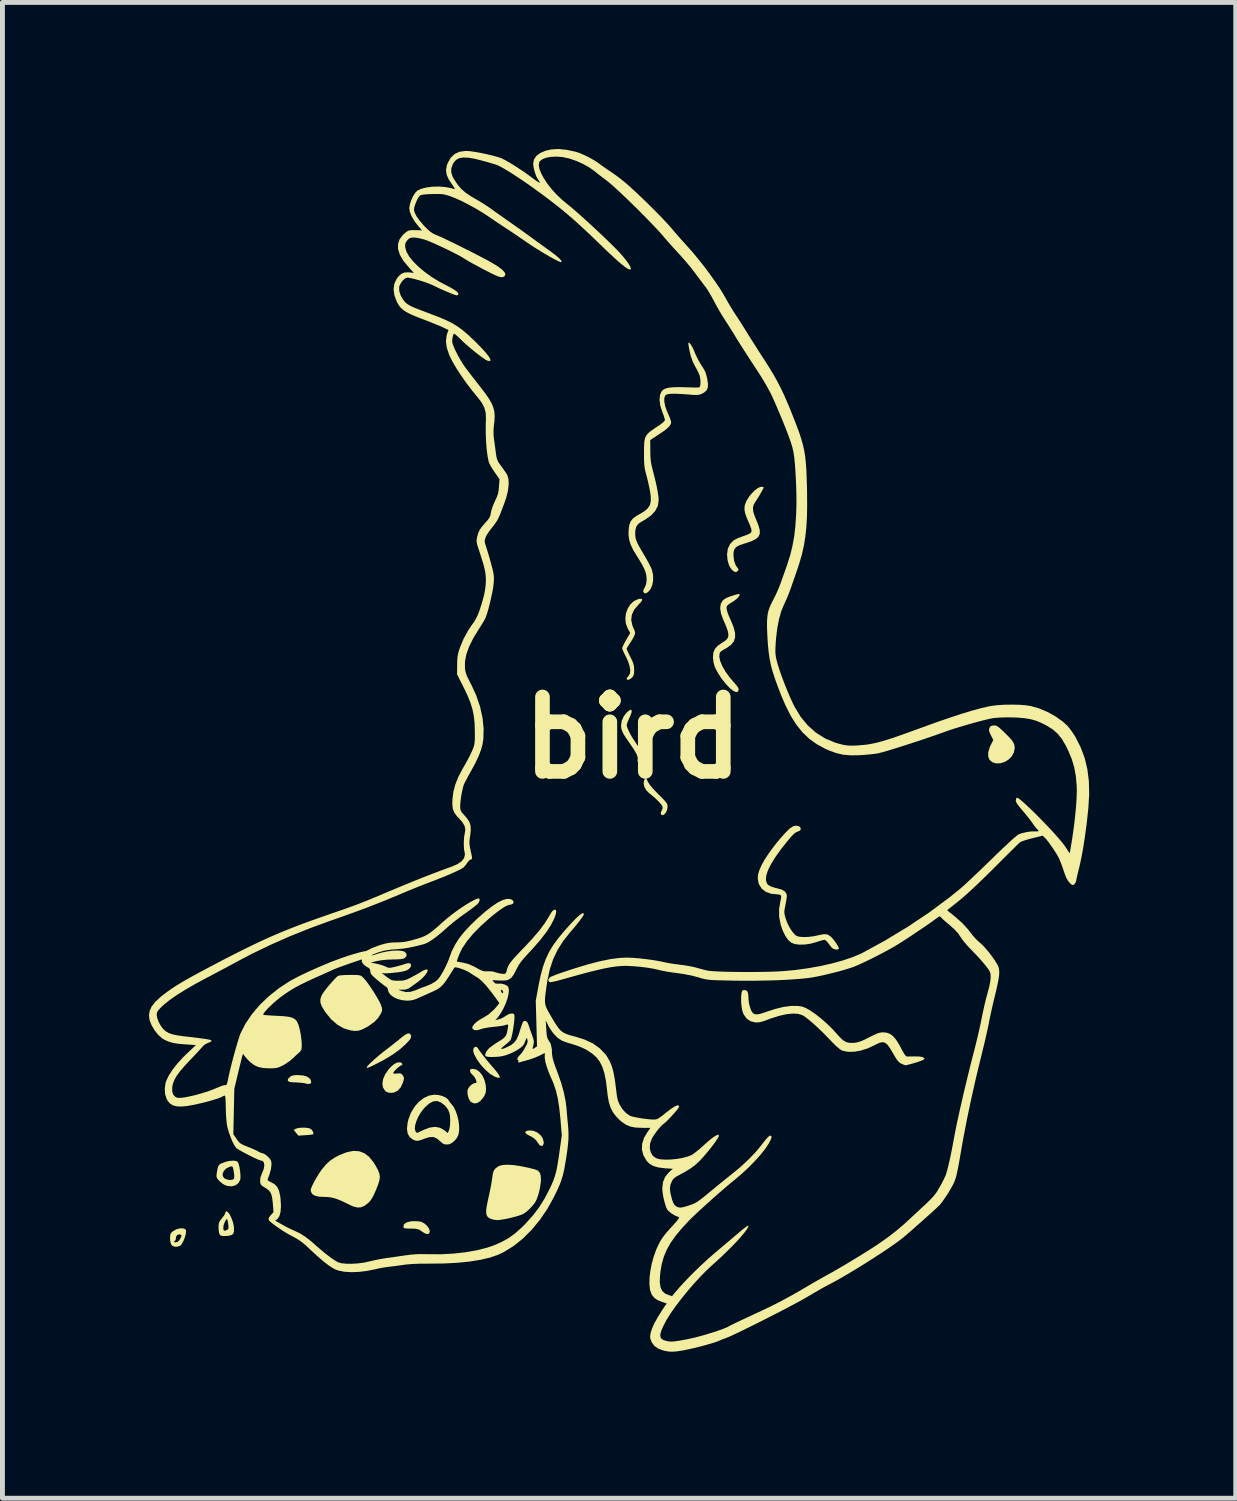
<source format=kicad_pcb>
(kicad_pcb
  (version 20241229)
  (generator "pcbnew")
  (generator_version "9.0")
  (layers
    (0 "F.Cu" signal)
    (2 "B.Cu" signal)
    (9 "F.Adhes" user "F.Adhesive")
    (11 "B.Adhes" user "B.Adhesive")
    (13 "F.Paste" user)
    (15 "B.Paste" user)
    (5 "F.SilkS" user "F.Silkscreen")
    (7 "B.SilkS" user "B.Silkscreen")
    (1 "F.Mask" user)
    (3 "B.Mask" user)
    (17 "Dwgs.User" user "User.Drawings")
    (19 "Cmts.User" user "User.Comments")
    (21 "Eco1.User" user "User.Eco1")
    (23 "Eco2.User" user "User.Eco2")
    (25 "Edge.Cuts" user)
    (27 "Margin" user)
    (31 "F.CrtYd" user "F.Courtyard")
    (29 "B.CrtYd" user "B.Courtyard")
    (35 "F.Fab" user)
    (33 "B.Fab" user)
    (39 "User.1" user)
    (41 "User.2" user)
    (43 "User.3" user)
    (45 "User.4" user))
  (footprint "bird"
    (layer "F.Cu")
    (at 9.906 12.053)
    (property "Reference" "bird" (at 0 0 0) (layer "F.SilkS") (effects (font (size 1.524 1.524) (thickness 0.3))))
    (attr board_only exclude_from_pos_files exclude_from_bom)
    (fp_poly (pts (xy -6.706 7.983) (xy -6.638 7.992) (xy -6.606 8.002) (xy -6.573 8.028) (xy -6.548 8.066) (xy -6.539 8.102) (xy -6.545 8.118) (xy -6.566 8.123) (xy -6.614 8.129) (xy -6.68 8.135) (xy -6.7 8.136) (xy -6.847 8.146) (xy -6.896 8.087) (xy -6.945 8.029) (xy -6.903 8.006) (xy -6.853 7.99) (xy -6.782 7.983)) (stroke (width 0) (type solid)) (fill yes) (layer "F.SilkS"))
    (fp_poly (pts (xy -2.032 8.048) (xy -1.954 8.083) (xy -1.888 8.138) (xy -1.843 8.206) (xy -1.825 8.281) (xy -1.825 8.305) (xy -1.842 8.347) (xy -1.874 8.359) (xy -1.911 8.338) (xy -1.915 8.332) (xy -1.945 8.293) (xy -1.975 8.248) (xy -2.015 8.207) (xy -2.077 8.166) (xy -2.107 8.152) (xy -2.172 8.117) (xy -2.202 8.086) (xy -2.198 8.062) (xy -2.16 8.045) (xy -2.117 8.039)) (stroke (width 0) (type solid)) (fill yes) (layer "F.SilkS"))
    (fp_poly (pts (xy -6.748 6.914) (xy -6.665 6.939) (xy -6.611 6.98) (xy -6.596 7.007) (xy -6.586 7.047) (xy -6.588 7.071) (xy -6.612 7.083) (xy -6.651 7.088) (xy -6.683 7.084) (xy -6.689 7.08) (xy -6.711 7.074) (xy -6.76 7.067) (xy -6.825 7.061) (xy -6.897 7.056) (xy -6.966 7.053) (xy -6.975 7.053) (xy -7.036 7.044) (xy -7.065 7.021) (xy -7.061 6.987) (xy -7.026 6.948) (xy -6.991 6.924) (xy -6.949 6.911) (xy -6.888 6.906) (xy -6.859 6.906)) (stroke (width 0) (type solid)) (fill yes) (layer "F.SilkS"))
    (fp_poly (pts (xy -3.195 6.331) (xy -3.17 6.36) (xy -3.146 6.398) (xy -3.103 6.455) (xy -3.049 6.526) (xy -2.988 6.602) (xy -2.926 6.677) (xy -2.879 6.731) (xy -2.8 6.823) (xy -2.749 6.892) (xy -2.726 6.938) (xy -2.729 6.961) (xy -2.76 6.962) (xy -2.818 6.942) (xy -2.839 6.933) (xy -2.929 6.877) (xy -3.022 6.796) (xy -3.111 6.698) (xy -3.188 6.593) (xy -3.245 6.489) (xy -3.265 6.434) (xy -3.269 6.384) (xy -3.254 6.346) (xy -3.226 6.327)) (stroke (width 0) (type solid)) (fill yes) (layer "F.SilkS"))
    (fp_poly (pts (xy -4.368 9.903) (xy -4.33 9.911) (xy -4.269 9.943) (xy -4.214 9.991) (xy -4.174 10.047) (xy -4.158 10.099) (xy -4.158 10.11) (xy -4.174 10.151) (xy -4.211 10.162) (xy -4.266 10.142) (xy -4.318 10.109) (xy -4.362 10.078) (xy -4.4 10.061) (xy -4.444 10.052) (xy -4.506 10.049) (xy -4.546 10.049) (xy -4.619 10.048) (xy -4.663 10.044) (xy -4.686 10.036) (xy -4.695 10.021) (xy -4.697 10.011) (xy -4.688 9.964) (xy -4.645 9.928) (xy -4.572 9.905) (xy -4.51 9.897) (xy -4.437 9.897)) (stroke (width 0) (type solid)) (fill yes) (layer "F.SilkS"))
    (fp_poly (pts (xy -4.563 6.058) (xy -4.542 6.095) (xy -4.54 6.108) (xy -4.543 6.138) (xy -4.559 6.171) (xy -4.595 6.215) (xy -4.65 6.272) (xy -4.773 6.382) (xy -4.92 6.488) (xy -5.095 6.594) (xy -5.225 6.662) (xy -5.315 6.708) (xy -5.377 6.737) (xy -5.417 6.753) (xy -5.438 6.758) (xy -5.447 6.752) (xy -5.448 6.746) (xy -5.434 6.723) (xy -5.397 6.682) (xy -5.339 6.627) (xy -5.267 6.562) (xy -5.185 6.492) (xy -5.097 6.421) (xy -5.038 6.376) (xy -4.953 6.311) (xy -4.868 6.244) (xy -4.793 6.184) (xy -4.737 6.137) (xy -4.734 6.135) (xy -4.659 6.078) (xy -4.602 6.053)) (stroke (width 0) (type solid)) (fill yes) (layer "F.SilkS"))
    (fp_poly (pts (xy 7.442 -0.245) (xy 7.474 -0.227) (xy 7.515 -0.194) (xy 7.573 -0.14) (xy 7.608 -0.106) (xy 7.69 -0.025) (xy 7.748 0.038) (xy 7.786 0.091) (xy 7.807 0.138) (xy 7.816 0.186) (xy 7.817 0.214) (xy 7.8 0.303) (xy 7.755 0.382) (xy 7.689 0.449) (xy 7.608 0.497) (xy 7.52 0.524) (xy 7.43 0.524) (xy 7.356 0.499) (xy 7.301 0.451) (xy 7.274 0.382) (xy 7.275 0.296) (xy 7.305 0.196) (xy 7.324 0.153) (xy 7.379 0.046) (xy 7.33 -0.049) (xy 7.302 -0.108) (xy 7.291 -0.15) (xy 7.296 -0.186) (xy 7.298 -0.195) (xy 7.318 -0.231) (xy 7.352 -0.247) (xy 7.384 -0.252) (xy 7.414 -0.252)) (stroke (width 0) (type solid)) (fill yes) (layer "F.SilkS"))
    (fp_poly (pts (xy -3.201 6.795) (xy -3.136 6.843) (xy -3.081 6.915) (xy -3.038 7.005) (xy -3.012 7.108) (xy -3.006 7.186) (xy -3.012 7.26) (xy -3.035 7.321) (xy -3.059 7.361) (xy -3.122 7.436) (xy -3.186 7.478) (xy -3.249 7.486) (xy -3.309 7.46) (xy -3.325 7.446) (xy -3.357 7.395) (xy -3.379 7.324) (xy -3.388 7.252) (xy -3.381 7.201) (xy -3.354 7.153) (xy -3.311 7.108) (xy -3.263 7.077) (xy -3.233 7.07) (xy -3.207 7.067) (xy -3.2 7.052) (xy -3.209 7.015) (xy -3.212 7.004) (xy -3.24 6.948) (xy -3.28 6.903) (xy -3.284 6.9) (xy -3.322 6.859) (xy -3.334 6.82) (xy -3.329 6.792) (xy -3.305 6.78) (xy -3.271 6.778)) (stroke (width 0) (type solid)) (fill yes) (layer "F.SilkS"))
    (fp_poly (pts (xy 0.273 0.834) (xy 0.29 0.863) (xy 0.306 0.898) (xy 0.345 0.961) (xy 0.413 1.044) (xy 0.511 1.146) (xy 0.527 1.162) (xy 0.6 1.234) (xy 0.65 1.287) (xy 0.683 1.325) (xy 0.701 1.356) (xy 0.709 1.383) (xy 0.711 1.413) (xy 0.711 1.416) (xy 0.702 1.473) (xy 0.68 1.524) (xy 0.65 1.563) (xy 0.618 1.584) (xy 0.59 1.583) (xy 0.572 1.559) (xy 0.574 1.526) (xy 0.591 1.489) (xy 0.61 1.441) (xy 0.603 1.401) (xy 0.578 1.362) (xy 0.531 1.309) (xy 0.469 1.248) (xy 0.4 1.187) (xy 0.34 1.14) (xy 0.277 1.079) (xy 0.236 1.008) (xy 0.22 0.936) (xy 0.23 0.871) (xy 0.244 0.847) (xy 0.26 0.83)) (stroke (width 0) (type solid)) (fill yes) (layer "F.SilkS"))
    (fp_poly (pts (xy -4.751 6.647) (xy -4.728 6.662) (xy -4.719 6.687) (xy -4.729 6.704) (xy -4.737 6.705) (xy -4.762 6.717) (xy -4.801 6.747) (xy -4.845 6.786) (xy -4.882 6.825) (xy -4.901 6.851) (xy -4.907 6.869) (xy -4.895 6.877) (xy -4.857 6.876) (xy -4.83 6.874) (xy -4.774 6.87) (xy -4.742 6.878) (xy -4.719 6.9) (xy -4.709 6.914) (xy -4.691 6.945) (xy -4.686 6.973) (xy -4.693 7.011) (xy -4.708 7.06) (xy -4.753 7.158) (xy -4.815 7.226) (xy -4.893 7.264) (xy -4.948 7.27) (xy -5.013 7.264) (xy -5.059 7.241) (xy -5.075 7.225) (xy -5.116 7.16) (xy -5.128 7.08) (xy -5.113 6.988) (xy -5.072 6.892) (xy -5.006 6.795) (xy -4.958 6.742) (xy -4.887 6.68) (xy -4.824 6.649) (xy -4.763 6.645)) (stroke (width 0) (type solid)) (fill yes) (layer "F.SilkS"))
    (fp_poly (pts (xy -9.193 10.047) (xy -9.158 10.065) (xy -9.147 10.101) (xy -9.147 10.112) (xy -9.155 10.171) (xy -9.176 10.242) (xy -9.205 10.311) (xy -9.236 10.367) (xy -9.262 10.395) (xy -9.32 10.419) (xy -9.381 10.42) (xy -9.431 10.398) (xy -9.447 10.382) (xy -9.465 10.335) (xy -9.469 10.304) (xy -9.396 10.304) (xy -9.393 10.313) (xy -9.364 10.332) (xy -9.325 10.323) (xy -9.287 10.29) (xy -9.274 10.272) (xy -9.245 10.216) (xy -9.242 10.183) (xy -9.264 10.169) (xy -9.282 10.167) (xy -9.329 10.179) (xy -9.352 10.218) (xy -9.356 10.258) (xy -9.364 10.293) (xy -9.381 10.299) (xy -9.396 10.304) (xy -9.469 10.304) (xy -9.474 10.267) (xy -9.475 10.247) (xy -9.472 10.187) (xy -9.46 10.148) (xy -9.432 10.116) (xy -9.42 10.106) (xy -9.345 10.062) (xy -9.261 10.042)) (stroke (width 0) (type solid)) (fill yes) (layer "F.SilkS"))
    (fp_poly (pts (xy -0.025 -0.556) (xy -0.024 -0.555) (xy -0.026 -0.522) (xy -0.044 -0.466) (xy -0.07 -0.407) (xy -0.099 -0.345) (xy -0.119 -0.292) (xy -0.127 -0.26) (xy -0.127 -0.259) (xy -0.117 -0.215) (xy -0.09 -0.15) (xy -0.051 -0.072) (xy -0.003 0.01) (xy 0.044 0.08) (xy 0.12 0.196) (xy 0.171 0.292) (xy 0.197 0.373) (xy 0.2 0.441) (xy 0.189 0.481) (xy 0.165 0.505) (xy 0.128 0.509) (xy 0.1 0.492) (xy 0.1 0.492) (xy 0.096 0.461) (xy 0.1 0.438) (xy 0.098 0.395) (xy 0.072 0.328) (xy 0.021 0.239) (xy -0.056 0.125) (xy -0.073 0.1) (xy -0.141 0.004) (xy -0.188 -0.071) (xy -0.218 -0.132) (xy -0.235 -0.185) (xy -0.242 -0.239) (xy -0.242 -0.255) (xy -0.228 -0.346) (xy -0.188 -0.437) (xy -0.128 -0.515) (xy -0.091 -0.547) (xy -0.054 -0.571) (xy -0.036 -0.573)) (stroke (width 0) (type solid)) (fill yes) (layer "F.SilkS"))
    (fp_poly (pts (xy -5.604 8.465) (xy -5.497 8.505) (xy -5.4 8.579) (xy -5.312 8.688) (xy -5.275 8.745) (xy -5.225 8.835) (xy -5.194 8.909) (xy -5.18 8.975) (xy -5.185 9.044) (xy -5.207 9.124) (xy -5.246 9.226) (xy -5.256 9.252) (xy -5.301 9.352) (xy -5.339 9.426) (xy -5.375 9.479) (xy -5.414 9.52) (xy -5.414 9.521) (xy -5.492 9.581) (xy -5.565 9.613) (xy -5.642 9.617) (xy -5.729 9.594) (xy -5.822 9.551) (xy -5.963 9.482) (xy -6.083 9.435) (xy -6.187 9.409) (xy -6.283 9.4) (xy -6.3 9.4) (xy -6.42 9.396) (xy -6.509 9.376) (xy -6.566 9.34) (xy -6.593 9.286) (xy -6.596 9.259) (xy -6.586 9.221) (xy -6.561 9.162) (xy -6.523 9.087) (xy -6.477 9.006) (xy -6.428 8.926) (xy -6.38 8.854) (xy -6.366 8.836) (xy -6.282 8.735) (xy -6.196 8.656) (xy -6.096 8.591) (xy -6.005 8.543) (xy -5.856 8.485) (xy -5.723 8.458)) (stroke (width 0) (type solid)) (fill yes) (layer "F.SilkS"))
    (fp_poly (pts (xy -8.283 9.718) (xy -8.249 9.767) (xy -8.217 9.835) (xy -8.189 9.912) (xy -8.171 9.99) (xy -8.166 10.03) (xy -8.166 10.105) (xy -8.18 10.153) (xy -8.215 10.181) (xy -8.276 10.195) (xy -8.325 10.2) (xy -8.389 10.202) (xy -8.429 10.195) (xy -8.453 10.178) (xy -8.455 10.176) (xy -8.473 10.132) (xy -8.481 10.062) (xy -8.384 10.062) (xy -8.37 10.09) (xy -8.337 10.089) (xy -8.307 10.075) (xy -8.286 10.059) (xy -8.278 10.033) (xy -8.28 9.986) (xy -8.283 9.961) (xy -8.292 9.905) (xy -8.302 9.864) (xy -8.308 9.852) (xy -8.321 9.859) (xy -8.341 9.889) (xy -8.361 9.931) (xy -8.377 9.976) (xy -8.383 10.003) (xy -8.384 10.062) (xy -8.481 10.062) (xy -8.481 10.06) (xy -8.482 10.032) (xy -8.48 9.967) (xy -8.47 9.922) (xy -8.446 9.88) (xy -8.409 9.833) (xy -8.371 9.783) (xy -8.347 9.741) (xy -8.342 9.718) (xy -8.335 9.697) (xy -8.314 9.697)) (stroke (width 0) (type solid)) (fill yes) (layer "F.SilkS"))
    (fp_poly (pts (xy -2.439 8.749) (xy -2.285 8.772) (xy -2.111 8.81) (xy -2 8.838) (xy -1.941 8.864) (xy -1.904 8.907) (xy -1.885 8.973) (xy -1.882 9.065) (xy -1.886 9.109) (xy -1.903 9.225) (xy -1.931 9.34) (xy -1.966 9.442) (xy -1.999 9.509) (xy -2.049 9.575) (xy -2.113 9.645) (xy -2.182 9.706) (xy -2.243 9.749) (xy -2.246 9.75) (xy -2.303 9.773) (xy -2.385 9.799) (xy -2.482 9.824) (xy -2.582 9.847) (xy -2.675 9.864) (xy -2.749 9.874) (xy -2.774 9.875) (xy -2.839 9.868) (xy -2.9 9.853) (xy -2.909 9.849) (xy -2.953 9.826) (xy -2.983 9.795) (xy -2.999 9.753) (xy -3.004 9.694) (xy -2.996 9.614) (xy -2.976 9.509) (xy -2.951 9.393) (xy -2.928 9.289) (xy -2.907 9.182) (xy -2.89 9.085) (xy -2.88 9.014) (xy -2.867 8.924) (xy -2.846 8.86) (xy -2.811 8.815) (xy -2.759 8.778) (xy -2.742 8.768) (xy -2.67 8.747) (xy -2.568 8.741)) (stroke (width 0) (type solid)) (fill yes) (layer "F.SilkS"))
    (fp_poly (pts (xy -5.7 4.856) (xy -5.638 4.858) (xy -5.596 4.863) (xy -5.567 4.873) (xy -5.543 4.89) (xy -5.52 4.911) (xy -5.478 4.958) (xy -5.424 5.029) (xy -5.364 5.115) (xy -5.302 5.209) (xy -5.245 5.302) (xy -5.197 5.386) (xy -5.164 5.452) (xy -5.156 5.472) (xy -5.138 5.53) (xy -5.133 5.57) (xy -5.141 5.606) (xy -5.15 5.63) (xy -5.207 5.728) (xy -5.294 5.819) (xy -5.414 5.904) (xy -5.457 5.929) (xy -5.544 5.973) (xy -5.616 5.997) (xy -5.688 6.002) (xy -5.773 5.993) (xy -5.775 5.992) (xy -5.915 5.951) (xy -6.049 5.875) (xy -6.175 5.766) (xy -6.29 5.626) (xy -6.314 5.591) (xy -6.368 5.499) (xy -6.396 5.424) (xy -6.398 5.356) (xy -6.377 5.286) (xy -6.354 5.244) (xy -6.322 5.197) (xy -6.275 5.135) (xy -6.218 5.067) (xy -6.159 4.999) (xy -6.104 4.939) (xy -6.059 4.894) (xy -6.034 4.874) (xy -6.004 4.867) (xy -5.947 4.861) (xy -5.87 4.857) (xy -5.791 4.856)) (stroke (width 0) (type solid)) (fill yes) (layer "F.SilkS"))
    (fp_poly (pts (xy -8.117 8.666) (xy -8.091 8.682) (xy -8.072 8.721) (xy -8.055 8.785) (xy -8.042 8.863) (xy -8.034 8.942) (xy -8.033 9.01) (xy -8.038 9.049) (xy -8.074 9.116) (xy -8.133 9.162) (xy -8.209 9.183) (xy -8.295 9.177) (xy -8.354 9.157) (xy -8.401 9.129) (xy -8.453 9.086) (xy -8.47 9.069) (xy -8.508 9.025) (xy -8.523 8.989) (xy -8.523 8.97) (xy -8.397 8.97) (xy -8.37 9.013) (xy -8.35 9.027) (xy -8.291 9.049) (xy -8.232 9.054) (xy -8.186 9.044) (xy -8.167 9.027) (xy -8.16 8.99) (xy -8.163 8.931) (xy -8.167 8.904) (xy -8.179 8.834) (xy -8.19 8.793) (xy -8.204 8.776) (xy -8.226 8.776) (xy -8.258 8.785) (xy -8.324 8.818) (xy -8.371 8.865) (xy -8.396 8.918) (xy -8.397 8.97) (xy -8.523 8.97) (xy -8.523 8.945) (xy -8.521 8.934) (xy -8.508 8.849) (xy -8.496 8.793) (xy -8.479 8.756) (xy -8.456 8.732) (xy -8.421 8.713) (xy -8.404 8.706) (xy -8.326 8.678) (xy -8.246 8.662) (xy -8.173 8.658)) (stroke (width 0) (type solid)) (fill yes) (layer "F.SilkS"))
    (fp_poly (pts (xy 0.183 -2.843) (xy 0.192 -2.822) (xy 0.17 -2.783) (xy 0.118 -2.727) (xy 0.111 -2.72) (xy 0.027 -2.621) (xy -0.021 -2.518) (xy -0.034 -2.411) (xy -0.01 -2.298) (xy 0.01 -2.25) (xy 0.035 -2.193) (xy 0.046 -2.155) (xy 0.042 -2.123) (xy 0.03 -2.09) (xy 0.005 -2.04) (xy -0.032 -1.977) (xy -0.062 -1.932) (xy -0.096 -1.88) (xy -0.12 -1.839) (xy -0.128 -1.821) (xy -0.12 -1.798) (xy -0.099 -1.752) (xy -0.069 -1.689) (xy -0.051 -1.654) (xy -0.012 -1.574) (xy 0.011 -1.513) (xy 0.023 -1.458) (xy 0.026 -1.398) (xy 0.027 -1.391) (xy 0.025 -1.323) (xy 0.015 -1.279) (xy -0.005 -1.244) (xy -0.017 -1.231) (xy -0.057 -1.2) (xy -0.095 -1.185) (xy -0.121 -1.191) (xy -0.128 -1.208) (xy -0.115 -1.236) (xy -0.089 -1.264) (xy -0.06 -1.312) (xy -0.053 -1.383) (xy -0.069 -1.474) (xy -0.105 -1.579) (xy -0.142 -1.658) (xy -0.176 -1.726) (xy -0.203 -1.785) (xy -0.217 -1.825) (xy -0.219 -1.834) (xy -0.21 -1.863) (xy -0.186 -1.913) (xy -0.152 -1.977) (xy -0.136 -2.005) (xy -0.054 -2.145) (xy -0.103 -2.232) (xy -0.143 -2.334) (xy -0.154 -2.441) (xy -0.141 -2.547) (xy -0.105 -2.647) (xy -0.049 -2.733) (xy 0.024 -2.799) (xy 0.112 -2.839) (xy 0.144 -2.845)) (stroke (width 0) (type solid)) (fill yes) (layer "F.SilkS"))
    (fp_poly (pts (xy 2.668 -5.133) (xy 2.678 -5.125) (xy 2.669 -5.1) (xy 2.644 -5.054) (xy 2.61 -4.994) (xy 2.572 -4.929) (xy 2.533 -4.868) (xy 2.507 -4.83) (xy 2.473 -4.769) (xy 2.458 -4.708) (xy 2.463 -4.638) (xy 2.488 -4.552) (xy 2.524 -4.465) (xy 2.571 -4.348) (xy 2.597 -4.254) (xy 2.599 -4.179) (xy 2.574 -4.119) (xy 2.52 -4.07) (xy 2.436 -4.027) (xy 2.318 -3.985) (xy 2.272 -3.972) (xy 2.179 -3.94) (xy 2.117 -3.905) (xy 2.08 -3.862) (xy 2.062 -3.803) (xy 2.059 -3.745) (xy 2.071 -3.627) (xy 2.105 -3.532) (xy 2.137 -3.485) (xy 2.161 -3.452) (xy 2.158 -3.428) (xy 2.151 -3.417) (xy 2.115 -3.392) (xy 2.074 -3.4) (xy 2.025 -3.441) (xy 2.024 -3.442) (xy 1.971 -3.523) (xy 1.939 -3.631) (xy 1.928 -3.755) (xy 1.944 -3.87) (xy 1.99 -3.966) (xy 2.065 -4.042) (xy 2.156 -4.089) (xy 2.222 -4.113) (xy 2.296 -4.14) (xy 2.321 -4.149) (xy 2.38 -4.173) (xy 2.416 -4.198) (xy 2.43 -4.23) (xy 2.424 -4.276) (xy 2.399 -4.344) (xy 2.374 -4.402) (xy 2.327 -4.512) (xy 2.298 -4.598) (xy 2.285 -4.669) (xy 2.287 -4.73) (xy 2.295 -4.772) (xy 2.326 -4.849) (xy 2.375 -4.929) (xy 2.436 -5.005) (xy 2.501 -5.069) (xy 2.566 -5.116) (xy 2.624 -5.138) (xy 2.634 -5.138)) (stroke (width 0) (type solid)) (fill yes) (layer "F.SilkS"))
    (fp_poly (pts (xy 2.184 -2.942) (xy 2.185 -2.918) (xy 2.162 -2.881) (xy 2.121 -2.839) (xy 2.068 -2.799) (xy 2.049 -2.787) (xy 1.993 -2.753) (xy 1.95 -2.722) (xy 1.931 -2.706) (xy 1.918 -2.676) (xy 1.92 -2.632) (xy 1.937 -2.568) (xy 1.97 -2.482) (xy 2.008 -2.397) (xy 2.063 -2.262) (xy 2.092 -2.149) (xy 2.093 -2.054) (xy 2.067 -1.973) (xy 2.011 -1.903) (xy 1.925 -1.84) (xy 1.865 -1.807) (xy 1.818 -1.778) (xy 1.785 -1.749) (xy 1.779 -1.739) (xy 1.769 -1.666) (xy 1.786 -1.575) (xy 1.83 -1.469) (xy 1.896 -1.354) (xy 1.985 -1.231) (xy 2.09 -1.109) (xy 2.141 -1.048) (xy 2.164 -1.003) (xy 2.165 -0.981) (xy 2.148 -0.942) (xy 2.113 -0.934) (xy 2.06 -0.957) (xy 1.991 -1.011) (xy 1.983 -1.018) (xy 1.903 -1.102) (xy 1.823 -1.203) (xy 1.75 -1.311) (xy 1.694 -1.414) (xy 1.674 -1.46) (xy 1.653 -1.535) (xy 1.641 -1.621) (xy 1.64 -1.656) (xy 1.649 -1.746) (xy 1.68 -1.82) (xy 1.737 -1.883) (xy 1.826 -1.944) (xy 1.828 -1.945) (xy 1.888 -1.984) (xy 1.929 -2.022) (xy 1.952 -2.065) (xy 1.956 -2.117) (xy 1.943 -2.185) (xy 1.912 -2.274) (xy 1.863 -2.388) (xy 1.851 -2.414) (xy 1.804 -2.543) (xy 1.787 -2.653) (xy 1.8 -2.743) (xy 1.843 -2.813) (xy 1.9 -2.854) (xy 1.947 -2.876) (xy 2.008 -2.898) (xy 2.072 -2.919) (xy 2.129 -2.935) (xy 2.17 -2.943)) (stroke (width 0) (type solid)) (fill yes) (layer "F.SilkS"))
    (fp_poly (pts (xy -3.975 7.315) (xy -3.896 7.336) (xy -3.828 7.368) (xy -3.783 7.404) (xy -3.772 7.422) (xy -3.747 7.463) (xy -3.711 7.503) (xy -3.668 7.559) (xy -3.627 7.642) (xy -3.593 7.741) (xy -3.568 7.847) (xy -3.558 7.928) (xy -3.556 8.038) (xy -3.57 8.124) (xy -3.602 8.193) (xy -3.655 8.255) (xy -3.663 8.262) (xy -3.717 8.304) (xy -3.765 8.323) (xy -3.808 8.327) (xy -3.858 8.322) (xy -3.899 8.302) (xy -3.946 8.26) (xy -3.949 8.257) (xy -4.017 8.201) (xy -4.085 8.174) (xy -4.162 8.176) (xy -4.256 8.204) (xy -4.266 8.208) (xy -4.343 8.237) (xy -4.398 8.251) (xy -4.442 8.249) (xy -4.486 8.234) (xy -4.502 8.226) (xy -4.57 8.174) (xy -4.611 8.101) (xy -4.624 8.008) (xy -4.464 8.008) (xy -4.449 8.058) (xy -4.446 8.063) (xy -4.425 8.085) (xy -4.418 8.09) (xy -4.4 8.083) (xy -4.358 8.063) (xy -4.299 8.036) (xy -4.279 8.026) (xy -4.156 7.98) (xy -4.046 7.966) (xy -3.947 7.985) (xy -3.857 8.037) (xy -3.846 8.046) (xy -3.792 8.092) (xy -3.77 8.051) (xy -3.753 7.997) (xy -3.742 7.919) (xy -3.739 7.831) (xy -3.744 7.746) (xy -3.752 7.694) (xy -3.78 7.618) (xy -3.829 7.55) (xy -3.852 7.526) (xy -3.931 7.465) (xy -4.008 7.437) (xy -4.086 7.444) (xy -4.167 7.486) (xy -4.253 7.562) (xy -4.281 7.593) (xy -4.343 7.674) (xy -4.395 7.764) (xy -4.434 7.854) (xy -4.458 7.938) (xy -4.464 8.008) (xy -4.624 8.008) (xy -4.625 8.006) (xy -4.612 7.887) (xy -4.594 7.81) (xy -4.542 7.675) (xy -4.47 7.555) (xy -4.381 7.453) (xy -4.28 7.375) (xy -4.171 7.325) (xy -4.06 7.307) (xy -4.057 7.307)) (stroke (width 0) (type solid)) (fill yes) (layer "F.SilkS"))
    (fp_poly (pts (xy 3.406 1.815) (xy 3.42 1.827) (xy 3.44 1.864) (xy 3.426 1.897) (xy 3.381 1.92) (xy 3.371 1.922) (xy 3.336 1.938) (xy 3.293 1.972) (xy 3.237 2.029) (xy 3.183 2.093) (xy 3.036 2.277) (xy 2.917 2.444) (xy 2.826 2.592) (xy 2.763 2.721) (xy 2.729 2.83) (xy 2.724 2.919) (xy 2.748 2.987) (xy 2.772 3.015) (xy 2.825 3.045) (xy 2.904 3.071) (xy 2.944 3.08) (xy 3.046 3.108) (xy 3.114 3.149) (xy 3.148 3.203) (xy 3.152 3.236) (xy 3.149 3.276) (xy 3.139 3.34) (xy 3.125 3.415) (xy 3.122 3.432) (xy 3.107 3.507) (xy 3.101 3.559) (xy 3.103 3.603) (xy 3.115 3.653) (xy 3.132 3.711) (xy 3.167 3.803) (xy 3.214 3.894) (xy 3.266 3.973) (xy 3.317 4.032) (xy 3.353 4.058) (xy 3.41 4.074) (xy 3.493 4.08) (xy 3.592 4.077) (xy 3.697 4.064) (xy 3.79 4.045) (xy 3.881 4.025) (xy 3.949 4.021) (xy 4.001 4.035) (xy 4.048 4.068) (xy 4.076 4.095) (xy 4.117 4.144) (xy 4.158 4.2) (xy 4.191 4.254) (xy 4.213 4.297) (xy 4.217 4.321) (xy 4.217 4.321) (xy 4.188 4.336) (xy 4.144 4.334) (xy 4.097 4.317) (xy 4.069 4.296) (xy 4.034 4.252) (xy 3.996 4.2) (xy 3.992 4.195) (xy 3.959 4.157) (xy 3.928 4.137) (xy 3.922 4.136) (xy 3.892 4.142) (xy 3.838 4.157) (xy 3.77 4.179) (xy 3.755 4.184) (xy 3.639 4.216) (xy 3.521 4.233) (xy 3.41 4.236) (xy 3.314 4.223) (xy 3.243 4.196) (xy 3.18 4.141) (xy 3.121 4.056) (xy 3.068 3.949) (xy 3.026 3.828) (xy 3.026 3.827) (xy 2.995 3.667) (xy 2.993 3.513) (xy 3.016 3.372) (xy 3.029 3.308) (xy 3.036 3.257) (xy 3.035 3.231) (xy 3.012 3.215) (xy 2.968 3.207) (xy 2.962 3.207) (xy 2.831 3.194) (xy 2.724 3.156) (xy 2.641 3.093) (xy 2.585 3.007) (xy 2.57 2.965) (xy 2.557 2.885) (xy 2.562 2.804) (xy 2.589 2.712) (xy 2.638 2.602) (xy 2.643 2.59) (xy 2.7 2.491) (xy 2.775 2.377) (xy 2.864 2.254) (xy 2.959 2.132) (xy 3.055 2.019) (xy 3.146 1.921) (xy 3.222 1.849) (xy 3.287 1.81) (xy 3.351 1.799)) (stroke (width 0) (type solid)) (fill yes) (layer "F.SilkS"))
    (fp_poly (pts (xy 2.323 5.173) (xy 2.347 5.198) (xy 2.361 5.247) (xy 2.367 5.325) (xy 2.367 5.34) (xy 2.375 5.424) (xy 2.395 5.509) (xy 2.422 5.583) (xy 2.452 5.632) (xy 2.486 5.657) (xy 2.533 5.664) (xy 2.597 5.655) (xy 2.686 5.628) (xy 2.727 5.613) (xy 2.91 5.553) (xy 3.083 5.511) (xy 3.241 5.49) (xy 3.379 5.49) (xy 3.461 5.503) (xy 3.54 5.532) (xy 3.635 5.587) (xy 3.743 5.661) (xy 3.857 5.751) (xy 3.972 5.853) (xy 4.084 5.962) (xy 4.173 6.06) (xy 4.248 6.142) (xy 4.31 6.198) (xy 4.369 6.231) (xy 4.432 6.246) (xy 4.508 6.247) (xy 4.538 6.245) (xy 4.598 6.235) (xy 4.663 6.215) (xy 4.741 6.182) (xy 4.838 6.133) (xy 4.928 6.088) (xy 4.995 6.057) (xy 5.048 6.04) (xy 5.094 6.032) (xy 5.126 6.031) (xy 5.201 6.039) (xy 5.267 6.064) (xy 5.329 6.111) (xy 5.389 6.182) (xy 5.452 6.282) (xy 5.51 6.392) (xy 5.552 6.467) (xy 5.586 6.512) (xy 5.608 6.525) (xy 5.641 6.526) (xy 5.698 6.525) (xy 5.769 6.524) (xy 5.776 6.524) (xy 5.866 6.526) (xy 5.925 6.536) (xy 5.948 6.547) (xy 5.969 6.565) (xy 5.966 6.58) (xy 5.934 6.599) (xy 5.924 6.604) (xy 5.886 6.619) (xy 5.827 6.64) (xy 5.757 6.661) (xy 5.686 6.681) (xy 5.625 6.696) (xy 5.585 6.704) (xy 5.577 6.705) (xy 5.555 6.697) (xy 5.515 6.681) (xy 5.512 6.68) (xy 5.472 6.659) (xy 5.438 6.631) (xy 5.404 6.589) (xy 5.364 6.526) (xy 5.32 6.45) (xy 5.261 6.351) (xy 5.211 6.283) (xy 5.163 6.244) (xy 5.113 6.232) (xy 5.054 6.243) (xy 4.98 6.276) (xy 4.949 6.293) (xy 4.81 6.359) (xy 4.668 6.404) (xy 4.531 6.428) (xy 4.404 6.43) (xy 4.296 6.408) (xy 4.284 6.403) (xy 4.236 6.375) (xy 4.17 6.32) (xy 4.086 6.238) (xy 4.016 6.164) (xy 3.911 6.056) (xy 3.805 5.953) (xy 3.703 5.859) (xy 3.609 5.779) (xy 3.529 5.717) (xy 3.468 5.678) (xy 3.467 5.678) (xy 3.382 5.652) (xy 3.271 5.647) (xy 3.138 5.661) (xy 2.987 5.695) (xy 2.822 5.747) (xy 2.766 5.769) (xy 2.678 5.801) (xy 2.613 5.82) (xy 2.56 5.828) (xy 2.506 5.827) (xy 2.501 5.827) (xy 2.405 5.802) (xy 2.327 5.747) (xy 2.265 5.659) (xy 2.243 5.596) (xy 2.226 5.509) (xy 2.217 5.412) (xy 2.216 5.316) (xy 2.22 5.266) (xy 2.228 5.209) (xy 2.239 5.179) (xy 2.257 5.167) (xy 2.286 5.166)) (stroke (width 0) (type solid)) (fill yes) (layer "F.SilkS"))
    (fp_poly (pts (xy 1.157 -8.084) (xy 1.185 -8.052) (xy 1.218 -7.996) (xy 1.253 -7.921) (xy 1.267 -7.886) (xy 1.304 -7.803) (xy 1.35 -7.714) (xy 1.384 -7.656) (xy 1.433 -7.58) (xy 1.466 -7.523) (xy 1.488 -7.476) (xy 1.504 -7.427) (xy 1.518 -7.366) (xy 1.522 -7.347) (xy 1.538 -7.244) (xy 1.534 -7.168) (xy 1.509 -7.112) (xy 1.461 -7.069) (xy 1.428 -7.05) (xy 1.388 -7.032) (xy 1.352 -7.022) (xy 1.309 -7.017) (xy 1.252 -7.018) (xy 1.169 -7.024) (xy 1.151 -7.026) (xy 0.999 -7.037) (xy 0.88 -7.042) (xy 0.79 -7.042) (xy 0.726 -7.036) (xy 0.684 -7.023) (xy 0.662 -7.006) (xy 0.643 -6.953) (xy 0.644 -6.877) (xy 0.663 -6.783) (xy 0.701 -6.678) (xy 0.719 -6.638) (xy 0.749 -6.569) (xy 0.772 -6.507) (xy 0.783 -6.465) (xy 0.784 -6.458) (xy 0.775 -6.42) (xy 0.748 -6.378) (xy 0.699 -6.33) (xy 0.624 -6.272) (xy 0.528 -6.208) (xy 0.355 -6.094) (xy 0.357 -5.876) (xy 0.359 -5.766) (xy 0.366 -5.677) (xy 0.379 -5.593) (xy 0.402 -5.497) (xy 0.415 -5.448) (xy 0.454 -5.294) (xy 0.487 -5.15) (xy 0.511 -5.023) (xy 0.525 -4.92) (xy 0.528 -4.858) (xy 0.511 -4.746) (xy 0.458 -4.643) (xy 0.371 -4.549) (xy 0.248 -4.463) (xy 0.196 -4.435) (xy 0.12 -4.387) (xy 0.074 -4.33) (xy 0.052 -4.256) (xy 0.048 -4.194) (xy 0.049 -4.14) (xy 0.055 -4.091) (xy 0.07 -4.04) (xy 0.095 -3.981) (xy 0.133 -3.908) (xy 0.187 -3.815) (xy 0.229 -3.744) (xy 0.28 -3.656) (xy 0.327 -3.571) (xy 0.364 -3.498) (xy 0.387 -3.445) (xy 0.39 -3.439) (xy 0.413 -3.333) (xy 0.415 -3.227) (xy 0.398 -3.127) (xy 0.363 -3.044) (xy 0.312 -2.984) (xy 0.308 -2.982) (xy 0.268 -2.957) (xy 0.244 -2.956) (xy 0.221 -2.976) (xy 0.22 -2.977) (xy 0.211 -3.002) (xy 0.222 -3.038) (xy 0.241 -3.073) (xy 0.268 -3.133) (xy 0.28 -3.201) (xy 0.281 -3.253) (xy 0.276 -3.319) (xy 0.261 -3.385) (xy 0.233 -3.458) (xy 0.19 -3.543) (xy 0.129 -3.646) (xy 0.077 -3.728) (xy 0.004 -3.85) (xy -0.046 -3.956) (xy -0.076 -4.054) (xy -0.088 -4.153) (xy -0.087 -4.246) (xy -0.075 -4.349) (xy -0.047 -4.427) (xy 0.002 -4.489) (xy 0.078 -4.544) (xy 0.124 -4.57) (xy 0.229 -4.632) (xy 0.302 -4.693) (xy 0.347 -4.76) (xy 0.367 -4.841) (xy 0.366 -4.942) (xy 0.353 -5.036) (xy 0.334 -5.134) (xy 0.309 -5.247) (xy 0.283 -5.352) (xy 0.277 -5.375) (xy 0.257 -5.448) (xy 0.244 -5.512) (xy 0.235 -5.576) (xy 0.23 -5.651) (xy 0.228 -5.745) (xy 0.228 -5.831) (xy 0.229 -5.955) (xy 0.234 -6.05) (xy 0.246 -6.123) (xy 0.27 -6.181) (xy 0.308 -6.229) (xy 0.363 -6.277) (xy 0.44 -6.33) (xy 0.483 -6.359) (xy 0.572 -6.419) (xy 0.629 -6.465) (xy 0.654 -6.497) (xy 0.656 -6.504) (xy 0.649 -6.537) (xy 0.632 -6.592) (xy 0.607 -6.66) (xy 0.601 -6.675) (xy 0.561 -6.802) (xy 0.546 -6.917) (xy 0.555 -7.017) (xy 0.582 -7.081) (xy 0.613 -7.118) (xy 0.658 -7.145) (xy 0.723 -7.164) (xy 0.81 -7.174) (xy 0.924 -7.178) (xy 1.07 -7.175) (xy 1.074 -7.175) (xy 1.17 -7.172) (xy 1.254 -7.17) (xy 1.318 -7.17) (xy 1.356 -7.172) (xy 1.362 -7.173) (xy 1.376 -7.196) (xy 1.383 -7.244) (xy 1.384 -7.306) (xy 1.376 -7.372) (xy 1.367 -7.414) (xy 1.349 -7.46) (xy 1.318 -7.524) (xy 1.28 -7.592) (xy 1.278 -7.596) (xy 1.226 -7.698) (xy 1.186 -7.814) (xy 1.166 -7.895) (xy 1.15 -7.972) (xy 1.14 -8.035) (xy 1.136 -8.075) (xy 1.138 -8.087)) (stroke (width 0) (type solid)) (fill yes) (layer "F.SilkS"))
    (fp_poly (pts (xy -1.356 -12.036) (xy -1.173 -11.997) (xy -1.086 -11.968) (xy -0.982 -11.923) (xy -0.874 -11.869) (xy -0.776 -11.812) (xy -0.709 -11.767) (xy -0.665 -11.734) (xy -0.598 -11.687) (xy -0.517 -11.63) (xy -0.429 -11.571) (xy -0.403 -11.553) (xy -0.321 -11.495) (xy -0.24 -11.433) (xy -0.154 -11.363) (xy -0.058 -11.279) (xy 0.051 -11.179) (xy 0.18 -11.057) (xy 0.213 -11.025) (xy 0.323 -10.918) (xy 0.434 -10.808) (xy 0.54 -10.701) (xy 0.635 -10.601) (xy 0.715 -10.516) (xy 0.773 -10.45) (xy 0.855 -10.354) (xy 0.949 -10.246) (xy 1.044 -10.14) (xy 1.118 -10.058) (xy 1.226 -9.936) (xy 1.34 -9.798) (xy 1.457 -9.651) (xy 1.57 -9.5) (xy 1.676 -9.352) (xy 1.77 -9.215) (xy 1.845 -9.094) (xy 1.877 -9.038) (xy 1.933 -8.939) (xy 1.995 -8.833) (xy 2.056 -8.734) (xy 2.098 -8.669) (xy 2.152 -8.587) (xy 2.216 -8.488) (xy 2.281 -8.384) (xy 2.33 -8.305) (xy 2.378 -8.226) (xy 2.442 -8.125) (xy 2.515 -8.011) (xy 2.592 -7.89) (xy 2.669 -7.771) (xy 2.687 -7.744) (xy 2.788 -7.585) (xy 2.877 -7.439) (xy 2.956 -7.298) (xy 3.03 -7.154) (xy 3.102 -7.001) (xy 3.176 -6.831) (xy 3.256 -6.636) (xy 3.286 -6.56) (xy 3.349 -6.398) (xy 3.402 -6.256) (xy 3.444 -6.129) (xy 3.478 -6.01) (xy 3.505 -5.893) (xy 3.525 -5.773) (xy 3.54 -5.643) (xy 3.551 -5.497) (xy 3.558 -5.33) (xy 3.564 -5.135) (xy 3.566 -5.024) (xy 3.568 -4.757) (xy 3.564 -4.519) (xy 3.551 -4.305) (xy 3.53 -4.11) (xy 3.5 -3.927) (xy 3.46 -3.751) (xy 3.409 -3.575) (xy 3.378 -3.48) (xy 3.341 -3.371) (xy 3.301 -3.255) (xy 3.263 -3.146) (xy 3.232 -3.057) (xy 3.232 -3.056) (xy 3.195 -2.958) (xy 3.152 -2.852) (xy 3.108 -2.756) (xy 3.095 -2.728) (xy 3.038 -2.591) (xy 2.991 -2.424) (xy 2.955 -2.233) (xy 2.93 -2.022) (xy 2.923 -1.918) (xy 2.918 -1.821) (xy 2.918 -1.748) (xy 2.923 -1.686) (xy 2.934 -1.622) (xy 2.954 -1.545) (xy 2.96 -1.522) (xy 2.995 -1.408) (xy 3.042 -1.271) (xy 3.098 -1.122) (xy 3.159 -0.97) (xy 3.22 -0.825) (xy 3.278 -0.699) (xy 3.309 -0.638) (xy 3.434 -0.43) (xy 3.58 -0.253) (xy 3.747 -0.105) (xy 3.934 0.013) (xy 4.139 0.099) (xy 4.245 0.13) (xy 4.329 0.149) (xy 4.402 0.159) (xy 4.479 0.162) (xy 4.576 0.159) (xy 4.592 0.158) (xy 4.683 0.151) (xy 4.769 0.143) (xy 4.855 0.13) (xy 4.944 0.112) (xy 5.04 0.089) (xy 5.147 0.059) (xy 5.27 0.021) (xy 5.411 -0.027) (xy 5.576 -0.085) (xy 5.767 -0.154) (xy 5.931 -0.214) (xy 6.224 -0.32) (xy 6.492 -0.412) (xy 6.732 -0.491) (xy 6.944 -0.555) (xy 7.127 -0.605) (xy 7.279 -0.64) (xy 7.325 -0.649) (xy 7.455 -0.666) (xy 7.603 -0.676) (xy 7.759 -0.678) (xy 7.911 -0.675) (xy 8.049 -0.664) (xy 8.154 -0.647) (xy 8.319 -0.6) (xy 8.488 -0.528) (xy 8.651 -0.438) (xy 8.796 -0.335) (xy 8.892 -0.249) (xy 8.939 -0.193) (xy 8.994 -0.118) (xy 9.046 -0.038) (xy 9.061 -0.014) (xy 9.168 0.197) (xy 9.249 0.414) (xy 9.304 0.642) (xy 9.335 0.886) (xy 9.342 1.149) (xy 9.325 1.436) (xy 9.321 1.476) (xy 9.29 1.762) (xy 9.254 2.029) (xy 9.216 2.272) (xy 9.176 2.487) (xy 9.139 2.651) (xy 9.116 2.744) (xy 9.096 2.827) (xy 9.082 2.891) (xy 9.075 2.929) (xy 9.074 2.935) (xy 9.061 2.969) (xy 9.038 2.997) (xy 9.015 3.015) (xy 8.995 3.015) (xy 8.968 2.995) (xy 8.941 2.968) (xy 8.905 2.924) (xy 8.872 2.864) (xy 8.839 2.78) (xy 8.82 2.725) (xy 8.79 2.637) (xy 8.757 2.55) (xy 8.728 2.479) (xy 8.715 2.452) (xy 8.678 2.386) (xy 8.628 2.307) (xy 8.572 2.224) (xy 8.516 2.146) (xy 8.466 2.082) (xy 8.433 2.046) (xy 8.389 2.005) (xy 8.175 2.058) (xy 8.087 2.081) (xy 8.01 2.105) (xy 7.951 2.127) (xy 7.921 2.144) (xy 7.899 2.164) (xy 7.855 2.207) (xy 7.792 2.27) (xy 7.712 2.349) (xy 7.618 2.442) (xy 7.515 2.545) (xy 7.404 2.656) (xy 7.389 2.671) (xy 7.234 2.825) (xy 7.086 2.968) (xy 6.95 3.096) (xy 6.829 3.207) (xy 6.727 3.296) (xy 6.665 3.347) (xy 6.433 3.531) (xy 6.61 3.675) (xy 6.747 3.797) (xy 6.859 3.92) (xy 6.896 3.969) (xy 6.955 4.044) (xy 7.018 4.115) (xy 7.077 4.173) (xy 7.1 4.191) (xy 7.154 4.24) (xy 7.219 4.31) (xy 7.289 4.393) (xy 7.356 4.481) (xy 7.416 4.567) (xy 7.461 4.641) (xy 7.485 4.691) (xy 7.496 4.737) (xy 7.501 4.791) (xy 7.498 4.857) (xy 7.487 4.94) (xy 7.466 5.046) (xy 7.437 5.178) (xy 7.407 5.302) (xy 7.377 5.426) (xy 7.347 5.556) (xy 7.32 5.682) (xy 7.297 5.791) (xy 7.288 5.84) (xy 7.272 5.92) (xy 7.248 6.028) (xy 7.22 6.155) (xy 7.187 6.293) (xy 7.153 6.434) (xy 7.132 6.519) (xy 7.026 6.955) (xy 6.928 7.39) (xy 6.839 7.812) (xy 6.762 8.214) (xy 6.733 8.379) (xy 6.704 8.547) (xy 6.68 8.683) (xy 6.66 8.792) (xy 6.642 8.879) (xy 6.627 8.947) (xy 6.613 9.002) (xy 6.598 9.047) (xy 6.583 9.087) (xy 6.577 9.103) (xy 6.545 9.167) (xy 6.499 9.249) (xy 6.444 9.338) (xy 6.386 9.426) (xy 6.332 9.503) (xy 6.288 9.559) (xy 6.281 9.566) (xy 6.25 9.596) (xy 6.197 9.646) (xy 6.125 9.712) (xy 6.04 9.788) (xy 5.947 9.872) (xy 5.85 9.957) (xy 5.755 10.042) (xy 5.665 10.12) (xy 5.586 10.189) (xy 5.55 10.219) (xy 5.471 10.282) (xy 5.364 10.36) (xy 5.236 10.449) (xy 5.091 10.546) (xy 4.934 10.648) (xy 4.771 10.752) (xy 4.607 10.854) (xy 4.446 10.951) (xy 4.294 11.041) (xy 4.156 11.119) (xy 4.036 11.183) (xy 4.013 11.195) (xy 3.956 11.225) (xy 3.874 11.27) (xy 3.777 11.326) (xy 3.671 11.387) (xy 3.563 11.451) (xy 3.558 11.454) (xy 3.479 11.499) (xy 3.376 11.556) (xy 3.254 11.621) (xy 3.117 11.693) (xy 2.97 11.77) (xy 2.817 11.848) (xy 2.662 11.927) (xy 2.51 12.003) (xy 2.365 12.075) (xy 2.231 12.141) (xy 2.113 12.197) (xy 2.016 12.243) (xy 1.942 12.275) (xy 1.907 12.289) (xy 1.841 12.313) (xy 1.769 12.343) (xy 1.749 12.351) (xy 1.69 12.374) (xy 1.603 12.401) (xy 1.497 12.431) (xy 1.379 12.463) (xy 1.258 12.493) (xy 1.142 12.519) (xy 1.039 12.54) (xy 1.013 12.545) (xy 0.903 12.562) (xy 0.817 12.569) (xy 0.744 12.567) (xy 0.673 12.556) (xy 0.622 12.544) (xy 0.517 12.505) (xy 0.441 12.452) (xy 0.388 12.379) (xy 0.379 12.359) (xy 0.358 12.302) (xy 0.353 12.253) (xy 0.362 12.192) (xy 0.363 12.189) (xy 0.391 12.096) (xy 0.439 11.989) (xy 0.51 11.862) (xy 0.59 11.734) (xy 0.691 11.58) (xy 0.602 11.551) (xy 0.511 11.515) (xy 0.447 11.474) (xy 0.4 11.419) (xy 0.379 11.383) (xy 0.351 11.3) (xy 0.339 11.191) (xy 0.341 11.062) (xy 0.357 10.921) (xy 0.385 10.772) (xy 0.426 10.624) (xy 0.477 10.482) (xy 0.52 10.386) (xy 0.556 10.317) (xy 0.592 10.258) (xy 0.633 10.199) (xy 0.684 10.135) (xy 0.751 10.059) (xy 0.822 9.981) (xy 0.884 9.912) (xy 0.923 9.865) (xy 0.943 9.835) (xy 0.945 9.818) (xy 0.935 9.811) (xy 0.861 9.781) (xy 0.788 9.738) (xy 0.73 9.69) (xy 0.703 9.658) (xy 0.676 9.597) (xy 0.65 9.512) (xy 0.626 9.415) (xy 0.61 9.319) (xy 0.602 9.236) (xy 0.602 9.228) (xy 0.616 9.098) (xy 0.662 8.987) (xy 0.738 8.896) (xy 0.739 8.895) (xy 0.819 8.824) (xy 0.654 8.814) (xy 0.522 8.797) (xy 0.418 8.767) (xy 0.338 8.72) (xy 0.283 8.663) (xy 0.216 8.549) (xy 0.185 8.431) (xy 0.19 8.31) (xy 0.231 8.186) (xy 0.299 8.072) (xy 0.361 7.986) (xy 0.194 7.986) (xy 0.06 7.981) (xy -0.048 7.961) (xy -0.141 7.922) (xy -0.228 7.863) (xy -0.265 7.831) (xy -0.347 7.748) (xy -0.41 7.664) (xy -0.456 7.571) (xy -0.491 7.462) (xy -0.515 7.329) (xy -0.529 7.209) (xy -0.552 7.023) (xy -0.583 6.868) (xy -0.624 6.74) (xy -0.677 6.633) (xy -0.746 6.543) (xy -0.833 6.466) (xy -0.94 6.395) (xy -0.959 6.384) (xy -1.042 6.344) (xy -1.139 6.305) (xy -1.231 6.275) (xy -1.232 6.275) (xy -1.312 6.252) (xy -1.387 6.227) (xy -1.444 6.205) (xy -1.451 6.202) (xy -1.539 6.144) (xy -1.624 6.058) (xy -1.699 5.952) (xy -1.726 5.902) (xy -1.783 5.787) (xy -1.773 5.968) (xy -1.766 6.06) (xy -1.757 6.123) (xy -1.744 6.164) (xy -1.73 6.186) (xy -1.681 6.266) (xy -1.659 6.371) (xy -1.658 6.41) (xy -1.655 6.476) (xy -1.645 6.543) (xy -1.626 6.617) (xy -1.597 6.707) (xy -1.554 6.821) (xy -1.539 6.861) (xy -1.47 7.058) (xy -1.414 7.256) (xy -1.376 7.444) (xy -1.358 7.589) (xy -1.352 7.67) (xy -1.343 7.773) (xy -1.333 7.88) (xy -1.327 7.947) (xy -1.32 8.041) (xy -1.317 8.13) (xy -1.319 8.221) (xy -1.327 8.321) (xy -1.341 8.437) (xy -1.361 8.576) (xy -1.386 8.729) (xy -1.407 8.848) (xy -1.431 8.95) (xy -1.459 9.045) (xy -1.495 9.142) (xy -1.543 9.251) (xy -1.606 9.382) (xy -1.611 9.393) (xy -1.746 9.638) (xy -1.9 9.865) (xy -2.069 10.071) (xy -2.25 10.252) (xy -2.441 10.405) (xy -2.638 10.527) (xy -2.762 10.586) (xy -2.925 10.642) (xy -3.121 10.688) (xy -3.346 10.724) (xy -3.598 10.749) (xy -3.874 10.763) (xy -4.163 10.766) (xy -4.352 10.767) (xy -4.51 10.773) (xy -4.643 10.784) (xy -4.701 10.792) (xy -4.797 10.806) (xy -4.894 10.819) (xy -4.977 10.829) (xy -5.011 10.833) (xy -5.09 10.844) (xy -5.184 10.861) (xy -5.272 10.88) (xy -5.273 10.881) (xy -5.441 10.915) (xy -5.607 10.935) (xy -5.765 10.941) (xy -5.907 10.932) (xy -6.028 10.908) (xy -6.11 10.877) (xy -6.207 10.817) (xy -6.324 10.728) (xy -6.462 10.61) (xy -6.6 10.482) (xy -6.692 10.397) (xy -6.768 10.332) (xy -6.838 10.282) (xy -6.91 10.239) (xy -6.956 10.215) (xy -7.037 10.171) (xy -7.126 10.119) (xy -7.215 10.061) (xy -7.299 10.004) (xy -7.37 9.951) (xy -7.424 9.907) (xy -7.452 9.876) (xy -7.453 9.874) (xy -7.459 9.846) (xy -7.443 9.812) (xy -7.414 9.776) (xy -7.357 9.712) (xy -7.37 9.543) (xy -7.381 9.437) (xy -7.398 9.358) (xy -7.424 9.301) (xy -7.463 9.257) (xy -7.519 9.218) (xy -7.53 9.211) (xy -7.584 9.178) (xy -7.613 9.151) (xy -7.626 9.119) (xy -7.631 9.08) (xy -7.625 9.003) (xy -7.593 8.919) (xy -7.59 8.912) (xy -7.557 8.83) (xy -7.545 8.757) (xy -7.552 8.7) (xy -7.579 8.665) (xy -7.614 8.655) (xy -7.644 8.647) (xy -7.699 8.624) (xy -7.77 8.591) (xy -7.851 8.551) (xy -7.932 8.509) (xy -8.008 8.468) (xy -8.071 8.431) (xy -8.112 8.404) (xy -8.122 8.395) (xy -8.157 8.345) (xy -8.197 8.268) (xy -8.236 8.175) (xy -8.256 8.117) (xy -8.179 8.117) (xy -8.112 8.215) (xy -8.076 8.264) (xy -8.043 8.298) (xy -8.002 8.324) (xy -7.943 8.351) (xy -7.889 8.372) (xy -7.811 8.404) (xy -7.738 8.436) (xy -7.683 8.463) (xy -7.671 8.47) (xy -7.622 8.495) (xy -7.58 8.508) (xy -7.573 8.509) (xy -7.542 8.521) (xy -7.498 8.553) (xy -7.468 8.58) (xy -7.426 8.626) (xy -7.405 8.665) (xy -7.399 8.712) (xy -7.398 8.739) (xy -7.41 8.834) (xy -7.441 8.946) (xy -7.477 9.038) (xy -7.474 9.06) (xy -7.443 9.082) (xy -7.409 9.098) (xy -7.336 9.138) (xy -7.282 9.194) (xy -7.245 9.271) (xy -7.221 9.374) (xy -7.212 9.448) (xy -7.204 9.59) (xy -7.213 9.706) (xy -7.236 9.793) (xy -7.274 9.85) (xy -7.278 9.854) (xy -7.321 9.887) (xy -7.172 9.971) (xy -7.093 10.015) (xy -7.012 10.055) (xy -6.944 10.087) (xy -6.927 10.094) (xy -6.816 10.146) (xy -6.701 10.219) (xy -6.577 10.316) (xy -6.499 10.385) (xy -6.398 10.473) (xy -6.297 10.557) (xy -6.201 10.631) (xy -6.116 10.69) (xy -6.049 10.731) (xy -6.031 10.74) (xy -5.96 10.759) (xy -5.862 10.768) (xy -5.747 10.769) (xy -5.624 10.761) (xy -5.5 10.744) (xy -5.401 10.722) (xy -5.298 10.698) (xy -5.18 10.674) (xy -5.066 10.655) (xy -5.03 10.65) (xy -4.92 10.635) (xy -4.797 10.617) (xy -4.68 10.6) (xy -4.646 10.595) (xy -4.526 10.58) (xy -4.398 10.572) (xy -4.253 10.572) (xy -4.182 10.573) (xy -3.922 10.574) (xy -3.665 10.56) (xy -3.419 10.532) (xy -3.189 10.492) (xy -2.983 10.439) (xy -2.832 10.387) (xy -2.676 10.317) (xy -2.539 10.24) (xy -2.411 10.147) (xy -2.282 10.032) (xy -2.202 9.953) (xy -2.049 9.783) (xy -1.92 9.614) (xy -1.807 9.433) (xy -1.705 9.237) (xy -1.662 9.146) (xy -1.628 9.066) (xy -1.601 8.99) (xy -1.578 8.91) (xy -1.557 8.819) (xy -1.538 8.711) (xy -1.517 8.579) (xy -1.502 8.475) (xy -1.455 8.14) (xy -1.483 7.801) (xy -1.507 7.578) (xy -1.537 7.387) (xy -1.576 7.222) (xy -1.624 7.079) (xy -1.651 7.015) (xy -1.711 6.878) (xy -1.757 6.752) (xy -1.789 6.645) (xy -1.803 6.56) (xy -1.804 6.541) (xy -1.804 6.453) (xy -1.909 6.507) (xy -1.984 6.541) (xy -2.074 6.574) (xy -2.141 6.595) (xy -2.211 6.614) (xy -2.273 6.631) (xy -2.312 6.643) (xy -2.313 6.643) (xy -2.343 6.649) (xy -2.348 6.636) (xy -2.345 6.626) (xy -2.343 6.601) (xy -2.351 6.596) (xy -2.368 6.585) (xy -2.361 6.556) (xy -2.332 6.515) (xy -2.312 6.495) (xy -2.267 6.443) (xy -2.229 6.385) (xy -2.225 6.377) (xy -2.197 6.324) (xy -2.172 6.279) (xy -2.169 6.275) (xy -2.154 6.218) (xy -2.159 6.184) (xy -2.166 6.157) (xy -2.173 6.147) (xy -2.182 6.158) (xy -2.197 6.194) (xy -2.222 6.26) (xy -2.223 6.263) (xy -2.255 6.309) (xy -2.315 6.359) (xy -2.395 6.41) (xy -2.487 6.456) (xy -2.584 6.494) (xy -2.666 6.517) (xy -2.738 6.528) (xy -2.818 6.534) (xy -2.896 6.536) (xy -2.963 6.532) (xy -3.008 6.523) (xy -3.019 6.516) (xy -3.024 6.488) (xy -3.009 6.444) (xy -2.977 6.393) (xy -2.953 6.366) (xy -2.912 6.331) (xy -2.851 6.286) (xy -2.78 6.239) (xy -2.752 6.222) (xy -2.677 6.175) (xy -2.628 6.134) (xy -2.596 6.092) (xy -2.577 6.037) (xy -2.562 5.959) (xy -2.559 5.943) (xy -2.553 5.894) (xy -2.557 5.873) (xy -2.574 5.871) (xy -2.585 5.874) (xy -2.633 5.888) (xy -2.656 5.894) (xy -2.687 5.899) (xy -2.745 5.907) (xy -2.82 5.915) (xy -2.873 5.921) (xy -2.959 5.932) (xy -3.039 5.946) (xy -3.1 5.961) (xy -3.122 5.969) (xy -3.185 5.988) (xy -3.241 5.985) (xy -3.28 5.96) (xy -3.287 5.946) (xy -3.283 5.912) (xy -3.252 5.867) (xy -3.2 5.818) (xy -3.135 5.772) (xy -3.086 5.746) (xy -2.955 5.665) (xy -2.835 5.557) (xy -2.789 5.504) (xy -2.732 5.433) (xy -2.81 5.324) (xy -2.914 5.185) (xy -2.93 5.166) (xy -2.703 5.166) (xy -2.694 5.201) (xy -2.693 5.203) (xy -2.674 5.232) (xy -2.659 5.227) (xy -2.658 5.226) (xy -2.656 5.194) (xy -2.664 5.18) (xy -2.691 5.157) (xy -2.703 5.166) (xy -2.93 5.166) (xy -3.007 5.071) (xy -3.088 4.985) (xy -3.155 4.927) (xy -3.174 4.915) (xy -3.234 4.878) (xy -3.305 4.833) (xy -3.348 4.804) (xy -3.398 4.776) (xy -3.461 4.749) (xy -3.527 4.725) (xy -3.587 4.707) (xy -3.632 4.7) (xy -3.652 4.704) (xy -3.663 4.721) (xy -3.689 4.762) (xy -3.726 4.821) (xy -3.762 4.879) (xy -3.828 4.979) (xy -3.885 5.053) (xy -3.942 5.108) (xy -4.005 5.151) (xy -4.081 5.189) (xy -4.144 5.217) (xy -4.226 5.254) (xy -4.313 5.293) (xy -4.346 5.308) (xy -4.43 5.345) (xy -4.495 5.367) (xy -4.552 5.378) (xy -4.614 5.382) (xy -4.628 5.382) (xy -4.729 5.372) (xy -4.823 5.346) (xy -4.905 5.306) (xy -4.967 5.257) (xy -5.004 5.202) (xy -5.011 5.167) (xy -5.027 5.12) (xy -5.05 5.1) (xy -5.08 5.08) (xy -5.13 5.042) (xy -5.191 4.993) (xy -5.232 4.959) (xy -5.299 4.901) (xy -5.341 4.859) (xy -5.365 4.826) (xy -5.374 4.798) (xy -5.375 4.782) (xy -5.382 4.74) (xy -5.408 4.712) (xy -5.438 4.696) (xy -5.49 4.662) (xy -5.53 4.62) (xy -5.55 4.58) (xy -5.547 4.553) (xy -5.545 4.538) (xy -5.559 4.541) (xy -5.585 4.55) (xy -5.639 4.568) (xy -5.712 4.593) (xy -5.797 4.622) (xy -5.807 4.626) (xy -5.902 4.659) (xy -5.994 4.692) (xy -6.073 4.722) (xy -6.126 4.744) (xy -6.177 4.767) (xy -6.252 4.801) (xy -6.344 4.842) (xy -6.443 4.887) (xy -6.492 4.908) (xy -6.658 4.984) (xy -6.797 5.052) (xy -6.916 5.115) (xy -7.023 5.179) (xy -7.124 5.247) (xy -7.215 5.313) (xy -7.287 5.371) (xy -7.36 5.434) (xy -7.428 5.498) (xy -7.488 5.558) (xy -7.534 5.611) (xy -7.562 5.65) (xy -7.568 5.671) (xy -7.566 5.672) (xy -7.544 5.676) (xy -7.492 5.681) (xy -7.418 5.686) (xy -7.326 5.691) (xy -7.279 5.693) (xy -7.147 5.701) (xy -7.046 5.713) (xy -6.971 5.732) (xy -6.917 5.762) (xy -6.878 5.806) (xy -6.849 5.868) (xy -6.825 5.951) (xy -6.812 6.004) (xy -6.796 6.094) (xy -6.784 6.19) (xy -6.779 6.272) (xy -6.779 6.273) (xy -6.78 6.342) (xy -6.787 6.385) (xy -6.802 6.414) (xy -6.824 6.437) (xy -6.862 6.471) (xy -6.914 6.519) (xy -6.959 6.563) (xy -7.026 6.619) (xy -7.106 6.674) (xy -7.164 6.708) (xy -7.227 6.738) (xy -7.279 6.756) (xy -7.336 6.765) (xy -7.412 6.768) (xy -7.434 6.768) (xy -7.563 6.762) (xy -7.667 6.741) (xy -7.755 6.701) (xy -7.835 6.639) (xy -7.866 6.609) (xy -7.913 6.559) (xy -7.949 6.515) (xy -7.967 6.488) (xy -7.967 6.487) (xy -7.972 6.475) (xy -7.977 6.473) (xy -7.984 6.483) (xy -7.994 6.51) (xy -8.007 6.558) (xy -8.025 6.63) (xy -8.05 6.731) (xy -8.079 6.851) (xy -8.159 7.188) (xy -8.179 8.117) (xy -8.256 8.117) (xy -8.271 8.077) (xy -8.298 7.982) (xy -8.31 7.926) (xy -8.319 7.852) (xy -8.327 7.755) (xy -8.332 7.648) (xy -8.334 7.557) (xy -8.336 7.47) (xy -8.339 7.398) (xy -8.344 7.347) (xy -8.35 7.325) (xy -8.35 7.325) (xy -8.374 7.332) (xy -8.417 7.352) (xy -8.44 7.363) (xy -8.484 7.381) (xy -8.555 7.404) (xy -8.645 7.431) (xy -8.747 7.459) (xy -8.808 7.474) (xy -8.983 7.514) (xy -9.128 7.54) (xy -9.247 7.55) (xy -9.342 7.546) (xy -9.417 7.525) (xy -9.476 7.488) (xy -9.522 7.435) (xy -9.543 7.398) (xy -9.576 7.298) (xy -9.583 7.183) (xy -9.566 7.066) (xy -9.55 7.017) (xy -9.498 6.91) (xy -9.419 6.789) (xy -9.317 6.661) (xy -9.198 6.532) (xy -9.133 6.469) (xy -8.944 6.291) (xy -9.15 6.278) (xy -9.299 6.266) (xy -9.418 6.246) (xy -9.515 6.218) (xy -9.597 6.179) (xy -9.644 6.148) (xy -9.723 6.076) (xy -9.796 5.982) (xy -9.856 5.879) (xy -9.893 5.783) (xy -9.906 5.685) (xy -9.904 5.673) (xy -9.748 5.673) (xy -9.736 5.743) (xy -9.705 5.825) (xy -9.659 5.905) (xy -9.616 5.961) (xy -9.565 6.007) (xy -9.505 6.043) (xy -9.429 6.071) (xy -9.331 6.092) (xy -9.205 6.11) (xy -9.179 6.113) (xy -9.011 6.132) (xy -8.877 6.149) (xy -8.774 6.163) (xy -8.699 6.175) (xy -8.652 6.186) (xy -8.628 6.198) (xy -8.625 6.21) (xy -8.641 6.223) (xy -8.674 6.238) (xy -8.702 6.249) (xy -8.754 6.275) (xy -8.794 6.306) (xy -8.8 6.313) (xy -8.821 6.337) (xy -8.862 6.383) (xy -8.92 6.446) (xy -8.99 6.52) (xy -9.065 6.599) (xy -9.181 6.723) (xy -9.271 6.829) (xy -9.338 6.92) (xy -9.385 7.002) (xy -9.415 7.079) (xy -9.429 7.144) (xy -9.431 7.237) (xy -9.409 7.308) (xy -9.363 7.355) (xy -9.318 7.372) (xy -9.262 7.373) (xy -9.179 7.363) (xy -9.076 7.343) (xy -8.96 7.316) (xy -8.838 7.282) (xy -8.717 7.245) (xy -8.605 7.205) (xy -8.507 7.164) (xy -8.502 7.162) (xy -8.437 7.135) (xy -8.382 7.117) (xy -8.347 7.111) (xy -8.344 7.112) (xy -8.325 7.11) (xy -8.311 7.09) (xy -8.298 7.043) (xy -8.291 7.008) (xy -8.271 6.913) (xy -8.245 6.798) (xy -8.213 6.67) (xy -8.178 6.537) (xy -8.142 6.406) (xy -8.107 6.284) (xy -8.075 6.177) (xy -8.048 6.095) (xy -8.033 6.055) (xy -7.932 5.855) (xy -7.798 5.658) (xy -7.636 5.468) (xy -7.449 5.289) (xy -7.241 5.124) (xy -7.017 4.978) (xy -6.831 4.879) (xy -6.609 4.774) (xy -6.387 4.676) (xy -6.175 4.588) (xy -5.977 4.514) (xy -5.803 4.455) (xy -5.777 4.447) (xy -5.685 4.42) (xy -5.604 4.397) (xy -5.54 4.381) (xy -5.502 4.373) (xy -5.496 4.373) (xy -5.458 4.364) (xy -5.41 4.341) (xy -5.404 4.338) (xy -5.361 4.316) (xy -5.295 4.288) (xy -5.217 4.259) (xy -5.181 4.246) (xy -5.079 4.216) (xy -4.992 4.198) (xy -4.904 4.191) (xy -4.862 4.19) (xy -4.778 4.188) (xy -4.706 4.183) (xy -4.635 4.172) (xy -4.556 4.154) (xy -4.458 4.127) (xy -4.402 4.111) (xy -4.329 4.087) (xy -4.264 4.06) (xy -4.202 4.027) (xy -4.136 3.983) (xy -4.062 3.924) (xy -3.972 3.846) (xy -3.884 3.767) (xy -3.799 3.694) (xy -3.704 3.618) (xy -3.604 3.544) (xy -3.503 3.474) (xy -3.406 3.411) (xy -3.317 3.358) (xy -3.242 3.318) (xy -3.186 3.294) (xy -3.152 3.29) (xy -3.149 3.291) (xy -3.135 3.319) (xy -3.149 3.362) (xy -3.169 3.392) (xy -3.196 3.418) (xy -3.247 3.46) (xy -3.316 3.512) (xy -3.396 3.57) (xy -3.438 3.6) (xy -3.533 3.668) (xy -3.631 3.743) (xy -3.722 3.816) (xy -3.794 3.878) (xy -3.808 3.891) (xy -3.917 3.988) (xy -4.023 4.074) (xy -4.12 4.144) (xy -4.205 4.196) (xy -4.27 4.224) (xy -4.273 4.224) (xy -4.437 4.266) (xy -4.576 4.296) (xy -4.697 4.316) (xy -4.808 4.327) (xy -4.829 4.328) (xy -4.952 4.338) (xy -5.052 4.352) (xy -5.143 4.373) (xy -5.236 4.403) (xy -5.258 4.412) (xy -5.32 4.437) (xy -5.348 4.452) (xy -5.343 4.457) (xy -5.306 4.448) (xy -5.245 4.428) (xy -5.139 4.397) (xy -5.027 4.374) (xy -4.918 4.36) (xy -4.818 4.356) (xy -4.735 4.362) (xy -4.677 4.378) (xy -4.669 4.383) (xy -4.634 4.424) (xy -4.634 4.468) (xy -4.669 4.509) (xy -4.699 4.523) (xy -4.749 4.532) (xy -4.823 4.537) (xy -4.91 4.539) (xy -5.038 4.544) (xy -5.155 4.556) (xy -5.239 4.571) (xy -5.366 4.602) (xy -5.248 4.626) (xy -5.174 4.644) (xy -5.103 4.667) (xy -5.062 4.685) (xy -5.027 4.701) (xy -4.997 4.709) (xy -4.962 4.709) (xy -4.912 4.699) (xy -4.852 4.685) (xy -4.776 4.665) (xy -4.707 4.645) (xy -4.658 4.629) (xy -4.654 4.627) (xy -4.594 4.614) (xy -4.555 4.625) (xy -4.539 4.654) (xy -4.55 4.694) (xy -4.59 4.738) (xy -4.603 4.747) (xy -4.644 4.768) (xy -4.702 4.784) (xy -4.785 4.799) (xy -4.872 4.809) (xy -4.958 4.818) (xy -5.033 4.822) (xy -5.089 4.823) (xy -5.115 4.82) (xy -5.133 4.815) (xy -5.131 4.823) (xy -5.105 4.846) (xy -5.053 4.886) (xy -5.023 4.908) (xy -4.974 4.943) (xy -4.934 4.963) (xy -4.888 4.972) (xy -4.824 4.974) (xy -4.802 4.974) (xy -4.727 4.972) (xy -4.669 4.963) (xy -4.611 4.942) (xy -4.544 4.909) (xy -4.468 4.868) (xy -4.391 4.825) (xy -4.332 4.789) (xy -4.279 4.76) (xy -4.236 4.745) (xy -4.217 4.744) (xy -4.2 4.756) (xy -4.202 4.777) (xy -4.217 4.808) (xy -4.256 4.864) (xy -4.316 4.928) (xy -4.384 4.986) (xy -4.413 5.007) (xy -4.455 5.037) (xy -4.509 5.076) (xy -4.537 5.097) (xy -4.596 5.136) (xy -4.652 5.154) (xy -4.708 5.158) (xy -4.801 5.159) (xy -4.737 5.184) (xy -4.647 5.206) (xy -4.555 5.202) (xy -4.451 5.17) (xy -4.437 5.164) (xy -4.365 5.134) (xy -4.294 5.107) (xy -4.252 5.093) (xy -4.134 5.045) (xy -4.038 4.988) (xy -3.989 4.944) (xy -3.948 4.891) (xy -3.901 4.813) (xy -3.852 4.723) (xy -3.807 4.63) (xy -3.771 4.545) (xy -3.762 4.519) (xy -3.708 4.372) (xy -3.64 4.237) (xy -3.557 4.106) (xy -3.453 3.975) (xy -3.324 3.837) (xy -3.182 3.7) (xy -3.026 3.563) (xy -2.889 3.455) (xy -2.77 3.375) (xy -2.667 3.324) (xy -2.579 3.3) (xy -2.549 3.298) (xy -2.493 3.308) (xy -2.456 3.332) (xy -2.441 3.363) (xy -2.45 3.392) (xy -2.485 3.413) (xy -2.511 3.417) (xy -2.567 3.432) (xy -2.64 3.47) (xy -2.733 3.533) (xy -2.847 3.621) (xy -2.927 3.687) (xy -3.112 3.853) (xy -3.27 4.013) (xy -3.397 4.166) (xy -3.494 4.31) (xy -3.554 4.434) (xy -3.579 4.5) (xy -3.596 4.55) (xy -3.604 4.578) (xy -3.604 4.581) (xy -3.585 4.586) (xy -3.539 4.594) (xy -3.477 4.605) (xy -3.477 4.605) (xy -3.374 4.63) (xy -3.265 4.677) (xy -3.207 4.708) (xy -3.134 4.748) (xy -3.082 4.771) (xy -3.042 4.782) (xy -3.003 4.783) (xy -2.98 4.78) (xy -2.874 4.784) (xy -2.822 4.799) (xy -2.755 4.819) (xy -2.687 4.832) (xy -2.672 4.833) (xy -2.629 4.834) (xy -2.605 4.824) (xy -2.59 4.793) (xy -2.58 4.755) (xy -2.567 4.711) (xy -2.549 4.669) (xy -2.523 4.625) (xy -2.486 4.575) (xy -2.435 4.514) (xy -2.365 4.439) (xy -2.276 4.344) (xy -2.215 4.282) (xy -2.054 4.109) (xy -1.92 3.953) (xy -1.811 3.808) (xy -1.724 3.671) (xy -1.699 3.626) (xy -1.655 3.556) (xy -1.616 3.523) (xy -1.606 3.52) (xy -1.577 3.526) (xy -1.568 3.557) (xy -1.579 3.616) (xy -1.61 3.702) (xy -1.677 3.834) (xy -1.774 3.983) (xy -1.9 4.146) (xy -2.054 4.322) (xy -2.087 4.357) (xy -2.175 4.452) (xy -2.243 4.529) (xy -2.294 4.592) (xy -2.334 4.65) (xy -2.367 4.708) (xy -2.389 4.752) (xy -2.437 4.845) (xy -2.482 4.908) (xy -2.532 4.947) (xy -2.593 4.967) (xy -2.675 4.971) (xy -2.727 4.97) (xy -2.876 4.963) (xy -2.845 5.003) (xy -2.813 5.032) (xy -2.768 5.035) (xy -2.758 5.034) (xy -2.693 5.034) (xy -2.627 5.05) (xy -2.574 5.078) (xy -2.55 5.104) (xy -2.538 5.159) (xy -2.544 5.237) (xy -2.565 5.33) (xy -2.6 5.432) (xy -2.645 5.534) (xy -2.698 5.631) (xy -2.757 5.714) (xy -2.776 5.737) (xy -2.815 5.78) (xy -2.751 5.767) (xy -2.696 5.748) (xy -2.635 5.716) (xy -2.614 5.702) (xy -2.557 5.666) (xy -2.513 5.649) (xy -2.468 5.646) (xy -2.455 5.646) (xy -2.433 5.657) (xy -2.424 5.691) (xy -2.423 5.718) (xy -2.427 5.784) (xy -2.436 5.865) (xy -2.449 5.954) (xy -2.464 6.04) (xy -2.48 6.114) (xy -2.495 6.167) (xy -2.503 6.185) (xy -2.531 6.217) (xy -2.578 6.26) (xy -2.623 6.296) (xy -2.675 6.34) (xy -2.696 6.366) (xy -2.685 6.373) (xy -2.643 6.362) (xy -2.596 6.343) (xy -2.499 6.294) (xy -2.43 6.241) (xy -2.38 6.175) (xy -2.341 6.087) (xy -2.325 6.036) (xy -2.295 5.939) (xy -2.272 5.872) (xy -2.255 5.829) (xy -2.239 5.806) (xy -2.222 5.797) (xy -2.202 5.797) (xy -2.2 5.798) (xy -2.17 5.812) (xy -2.146 5.851) (xy -2.134 5.885) (xy -2.114 5.946) (xy -2.087 6.023) (xy -2.063 6.089) (xy -2.039 6.158) (xy -2.028 6.207) (xy -2.029 6.25) (xy -2.037 6.289) (xy -2.048 6.337) (xy -2.053 6.367) (xy -2.052 6.372) (xy -2.036 6.366) (xy -2.005 6.347) (xy -1.962 6.317) (xy -1.988 5.384) (xy -1.932 5.078) (xy -1.889 4.87) (xy -1.841 4.691) (xy -1.784 4.532) (xy -1.715 4.385) (xy -1.629 4.243) (xy -1.522 4.098) (xy -1.391 3.941) (xy -1.37 3.918) (xy -1.259 3.795) (xy -1.168 3.701) (xy -1.096 3.635) (xy -1.044 3.598) (xy -1.013 3.59) (xy -1.002 3.611) (xy -1.014 3.639) (xy -1.047 3.689) (xy -1.098 3.758) (xy -1.163 3.84) (xy -1.239 3.931) (xy -1.28 3.978) (xy -1.424 4.158) (xy -1.539 4.339) (xy -1.63 4.529) (xy -1.699 4.736) (xy -1.749 4.966) (xy -1.766 5.075) (xy -1.783 5.2) (xy -1.795 5.296) (xy -1.8 5.371) (xy -1.798 5.43) (xy -1.787 5.482) (xy -1.768 5.534) (xy -1.738 5.592) (xy -1.697 5.665) (xy -1.69 5.677) (xy -1.621 5.795) (xy -1.564 5.886) (xy -1.514 5.955) (xy -1.465 6.005) (xy -1.412 6.042) (xy -1.349 6.07) (xy -1.271 6.095) (xy -1.191 6.115) (xy -0.99 6.178) (xy -0.819 6.258) (xy -0.678 6.358) (xy -0.564 6.477) (xy -0.533 6.52) (xy -0.478 6.614) (xy -0.434 6.716) (xy -0.4 6.834) (xy -0.373 6.975) (xy -0.354 7.115) (xy -0.34 7.227) (xy -0.329 7.31) (xy -0.319 7.372) (xy -0.308 7.419) (xy -0.294 7.459) (xy -0.277 7.498) (xy -0.263 7.525) (xy -0.208 7.611) (xy -0.139 7.684) (xy -0.066 7.735) (xy -0.046 7.744) (xy 0.006 7.759) (xy 0.083 7.775) (xy 0.174 7.791) (xy 0.268 7.804) (xy 0.354 7.813) (xy 0.421 7.816) (xy 0.458 7.815) (xy 0.49 7.808) (xy 0.526 7.791) (xy 0.571 7.76) (xy 0.633 7.713) (xy 0.684 7.671) (xy 0.784 7.595) (xy 0.86 7.546) (xy 0.912 7.525) (xy 0.941 7.531) (xy 0.947 7.553) (xy 0.936 7.576) (xy 0.904 7.619) (xy 0.858 7.674) (xy 0.804 7.734) (xy 0.748 7.794) (xy 0.697 7.846) (xy 0.655 7.885) (xy 0.634 7.9) (xy 0.597 7.93) (xy 0.548 7.983) (xy 0.494 8.049) (xy 0.442 8.12) (xy 0.4 8.187) (xy 0.389 8.207) (xy 0.353 8.305) (xy 0.346 8.401) (xy 0.366 8.488) (xy 0.41 8.56) (xy 0.479 8.609) (xy 0.485 8.611) (xy 0.558 8.63) (xy 0.657 8.637) (xy 0.772 8.635) (xy 0.894 8.623) (xy 1.013 8.603) (xy 1.121 8.574) (xy 1.188 8.549) (xy 1.231 8.524) (xy 1.292 8.479) (xy 1.364 8.42) (xy 1.439 8.354) (xy 1.453 8.341) (xy 1.557 8.248) (xy 1.641 8.182) (xy 1.705 8.141) (xy 1.747 8.127) (xy 1.761 8.132) (xy 1.76 8.157) (xy 1.733 8.207) (xy 1.683 8.282) (xy 1.608 8.381) (xy 1.561 8.44) (xy 1.457 8.565) (xy 1.364 8.666) (xy 1.275 8.748) (xy 1.182 8.817) (xy 1.079 8.881) (xy 1.011 8.918) (xy 0.932 8.961) (xy 0.878 8.992) (xy 0.843 9.018) (xy 0.82 9.044) (xy 0.803 9.072) (xy 0.77 9.147) (xy 0.759 9.22) (xy 0.766 9.304) (xy 0.775 9.346) (xy 0.799 9.442) (xy 0.821 9.509) (xy 0.845 9.554) (xy 0.874 9.584) (xy 0.885 9.592) (xy 0.925 9.612) (xy 0.969 9.619) (xy 1.026 9.611) (xy 1.105 9.589) (xy 1.149 9.575) (xy 1.199 9.558) (xy 1.241 9.541) (xy 1.28 9.523) (xy 1.32 9.499) (xy 1.367 9.466) (xy 1.426 9.421) (xy 1.5 9.361) (xy 1.596 9.282) (xy 1.649 9.238) (xy 1.745 9.159) (xy 1.846 9.077) (xy 1.941 9) (xy 2.023 8.935) (xy 2.062 8.904) (xy 2.217 8.775) (xy 2.37 8.632) (xy 2.512 8.484) (xy 2.632 8.34) (xy 2.659 8.304) (xy 2.718 8.229) (xy 2.766 8.176) (xy 2.8 8.148) (xy 2.81 8.145) (xy 2.835 8.153) (xy 2.839 8.179) (xy 2.824 8.226) (xy 2.786 8.298) (xy 2.771 8.324) (xy 2.701 8.428) (xy 2.606 8.546) (xy 2.49 8.674) (xy 2.36 8.806) (xy 2.22 8.935) (xy 2.075 9.058) (xy 2.068 9.063) (xy 1.976 9.139) (xy 1.868 9.23) (xy 1.75 9.333) (xy 1.628 9.44) (xy 1.507 9.549) (xy 1.392 9.653) (xy 1.29 9.748) (xy 1.206 9.828) (xy 1.156 9.878) (xy 1.001 10.045) (xy 0.874 10.198) (xy 0.772 10.342) (xy 0.693 10.482) (xy 0.634 10.624) (xy 0.592 10.772) (xy 0.564 10.931) (xy 0.555 11.024) (xy 0.551 11.152) (xy 0.567 11.253) (xy 0.603 11.327) (xy 0.661 11.379) (xy 0.729 11.408) (xy 0.803 11.431) (xy 0.862 11.359) (xy 0.968 11.236) (xy 1.096 11.098) (xy 1.239 10.952) (xy 1.391 10.805) (xy 1.544 10.664) (xy 1.687 10.54) (xy 1.793 10.451) (xy 1.901 10.359) (xy 2.005 10.271) (xy 2.097 10.193) (xy 2.171 10.131) (xy 2.185 10.118) (xy 2.251 10.064) (xy 2.307 10.021) (xy 2.347 9.994) (xy 2.366 9.987) (xy 2.366 9.988) (xy 2.36 10.019) (xy 2.329 10.071) (xy 2.276 10.141) (xy 2.204 10.226) (xy 2.116 10.323) (xy 2.015 10.428) (xy 1.902 10.54) (xy 1.782 10.654) (xy 1.657 10.768) (xy 1.617 10.803) (xy 1.5 10.913) (xy 1.372 11.043) (xy 1.24 11.188) (xy 1.109 11.341) (xy 0.983 11.497) (xy 0.869 11.647) (xy 0.771 11.787) (xy 0.694 11.91) (xy 0.688 11.921) (xy 0.625 12.041) (xy 0.583 12.136) (xy 0.562 12.209) (xy 0.563 12.263) (xy 0.583 12.302) (xy 0.624 12.329) (xy 0.632 12.332) (xy 0.683 12.349) (xy 0.735 12.359) (xy 0.792 12.362) (xy 0.862 12.357) (xy 0.951 12.344) (xy 1.065 12.323) (xy 1.153 12.305) (xy 1.262 12.281) (xy 1.384 12.249) (xy 1.511 12.213) (xy 1.636 12.174) (xy 1.751 12.136) (xy 1.851 12.1) (xy 1.926 12.069) (xy 1.959 12.052) (xy 1.995 12.033) (xy 2.06 12.001) (xy 2.146 11.959) (xy 2.249 11.91) (xy 2.364 11.857) (xy 2.451 11.816) (xy 2.642 11.727) (xy 2.808 11.648) (xy 2.956 11.574) (xy 3.094 11.502) (xy 3.231 11.427) (xy 3.374 11.346) (xy 3.532 11.254) (xy 3.535 11.252) (xy 3.643 11.188) (xy 3.756 11.123) (xy 3.864 11.062) (xy 3.957 11.01) (xy 3.999 10.987) (xy 4.089 10.937) (xy 4.202 10.872) (xy 4.332 10.796) (xy 4.471 10.712) (xy 4.613 10.626) (xy 4.75 10.541) (xy 4.876 10.462) (xy 4.982 10.393) (xy 5.002 10.38) (xy 5.2 10.242) (xy 5.375 10.108) (xy 5.54 9.969) (xy 5.605 9.91) (xy 5.741 9.784) (xy 5.854 9.679) (xy 5.946 9.593) (xy 6.02 9.524) (xy 6.078 9.467) (xy 6.123 9.421) (xy 6.159 9.381) (xy 6.187 9.346) (xy 6.211 9.313) (xy 6.234 9.278) (xy 6.258 9.238) (xy 6.272 9.214) (xy 6.319 9.13) (xy 6.363 9.045) (xy 6.398 8.971) (xy 6.412 8.934) (xy 6.436 8.85) (xy 6.465 8.734) (xy 6.497 8.592) (xy 6.531 8.428) (xy 6.565 8.247) (xy 6.587 8.127) (xy 6.609 8.015) (xy 6.638 7.873) (xy 6.674 7.708) (xy 6.715 7.525) (xy 6.76 7.329) (xy 6.808 7.126) (xy 6.857 6.923) (xy 6.906 6.723) (xy 6.954 6.535) (xy 6.988 6.405) (xy 7.022 6.268) (xy 7.058 6.122) (xy 7.091 5.977) (xy 7.12 5.844) (xy 7.141 5.74) (xy 7.166 5.618) (xy 7.195 5.486) (xy 7.226 5.358) (xy 7.255 5.249) (xy 7.259 5.232) (xy 7.294 5.103) (xy 7.316 4.994) (xy 7.325 4.911) (xy 7.325 4.903) (xy 7.323 4.852) (xy 7.317 4.812) (xy 7.3 4.774) (xy 7.269 4.727) (xy 7.22 4.663) (xy 7.164 4.596) (xy 7.092 4.514) (xy 7.013 4.429) (xy 6.941 4.355) (xy 6.869 4.28) (xy 6.801 4.203) (xy 6.745 4.132) (xy 6.708 4.078) (xy 6.707 4.077) (xy 6.656 4.001) (xy 6.583 3.923) (xy 6.49 3.84) (xy 6.424 3.784) (xy 6.366 3.734) (xy 6.325 3.695) (xy 6.308 3.677) (xy 6.293 3.661) (xy 6.276 3.659) (xy 6.247 3.674) (xy 6.2 3.708) (xy 6.18 3.723) (xy 6.122 3.766) (xy 6.039 3.824) (xy 5.939 3.893) (xy 5.828 3.967) (xy 5.714 4.044) (xy 5.602 4.117) (xy 5.5 4.183) (xy 5.414 4.237) (xy 5.357 4.272) (xy 5.248 4.333) (xy 5.125 4.4) (xy 4.995 4.467) (xy 4.865 4.533) (xy 4.742 4.592) (xy 4.632 4.643) (xy 4.543 4.681) (xy 4.501 4.697) (xy 4.372 4.739) (xy 4.222 4.782) (xy 4.061 4.823) (xy 3.901 4.861) (xy 3.754 4.892) (xy 3.641 4.912) (xy 3.51 4.928) (xy 3.348 4.942) (xy 3.162 4.954) (xy 2.957 4.964) (xy 2.739 4.97) (xy 2.515 4.974) (xy 2.289 4.975) (xy 2.068 4.973) (xy 2.05 4.972) (xy 1.897 4.969) (xy 1.776 4.966) (xy 1.68 4.963) (xy 1.605 4.959) (xy 1.545 4.953) (xy 1.496 4.946) (xy 1.451 4.937) (xy 1.405 4.925) (xy 1.354 4.909) (xy 1.338 4.904) (xy 1.199 4.868) (xy 1.04 4.837) (xy 0.91 4.819) (xy 0.805 4.805) (xy 0.7 4.789) (xy 0.607 4.771) (xy 0.538 4.756) (xy 0.538 4.755) (xy 0.423 4.729) (xy 0.285 4.706) (xy 0.136 4.688) (xy -0.012 4.676) (xy -0.147 4.67) (xy -0.247 4.673) (xy -0.346 4.683) (xy -0.457 4.699) (xy -0.584 4.723) (xy -0.729 4.756) (xy -0.897 4.797) (xy -1.091 4.849) (xy -1.314 4.911) (xy -1.416 4.94) (xy -1.509 4.966) (xy -1.592 4.987) (xy -1.656 5) (xy -1.696 5.005) (xy -1.703 5.004) (xy -1.728 4.98) (xy -1.727 4.944) (xy -1.702 4.909) (xy -1.681 4.895) (xy -1.627 4.872) (xy -1.544 4.84) (xy -1.439 4.803) (xy -1.317 4.762) (xy -1.185 4.72) (xy -1.049 4.678) (xy -0.918 4.639) (xy -0.669 4.574) (xy -0.448 4.53) (xy -0.253 4.506) (xy -0.128 4.501) (xy -0.011 4.505) (xy 0.128 4.516) (xy 0.277 4.533) (xy 0.423 4.553) (xy 0.554 4.576) (xy 0.62 4.59) (xy 0.71 4.609) (xy 0.819 4.627) (xy 0.926 4.642) (xy 0.961 4.646) (xy 1.059 4.659) (xy 1.161 4.676) (xy 1.25 4.695) (xy 1.28 4.702) (xy 1.363 4.725) (xy 1.449 4.748) (xy 1.512 4.764) (xy 1.563 4.772) (xy 1.645 4.779) (xy 1.754 4.785) (xy 1.884 4.79) (xy 2.03 4.793) (xy 2.187 4.795) (xy 2.349 4.796) (xy 2.513 4.795) (xy 2.673 4.793) (xy 2.823 4.79) (xy 2.959 4.785) (xy 3.07 4.778) (xy 3.324 4.755) (xy 3.579 4.72) (xy 3.828 4.676) (xy 4.066 4.623) (xy 4.286 4.563) (xy 4.484 4.497) (xy 4.653 4.427) (xy 4.701 4.404) (xy 5.169 4.148) (xy 5.625 3.872) (xy 6.062 3.58) (xy 6.473 3.275) (xy 6.7 3.092) (xy 6.751 3.047) (xy 6.824 2.981) (xy 6.914 2.897) (xy 7.018 2.799) (xy 7.13 2.692) (xy 7.247 2.579) (xy 7.344 2.485) (xy 7.46 2.372) (xy 7.568 2.268) (xy 7.667 2.176) (xy 7.752 2.097) (xy 7.821 2.037) (xy 7.87 1.997) (xy 7.893 1.98) (xy 7.975 1.951) (xy 8.072 1.929) (xy 8.169 1.917) (xy 8.239 1.917) (xy 8.29 1.918) (xy 8.307 1.908) (xy 8.291 1.886) (xy 8.28 1.875) (xy 8.254 1.848) (xy 8.218 1.801) (xy 8.182 1.75) (xy 8.141 1.693) (xy 8.084 1.62) (xy 8.02 1.541) (xy 7.973 1.486) (xy 7.908 1.408) (xy 7.866 1.351) (xy 7.844 1.31) (xy 7.838 1.28) (xy 7.839 1.278) (xy 7.849 1.241) (xy 7.862 1.227) (xy 7.887 1.236) (xy 7.932 1.269) (xy 7.995 1.322) (xy 8.071 1.392) (xy 8.159 1.475) (xy 8.254 1.568) (xy 8.353 1.668) (xy 8.452 1.771) (xy 8.549 1.873) (xy 8.639 1.971) (xy 8.719 2.062) (xy 8.787 2.142) (xy 8.838 2.208) (xy 8.855 2.233) (xy 8.943 2.368) (xy 8.964 2.249) (xy 8.999 2.033) (xy 9.029 1.819) (xy 9.053 1.612) (xy 9.072 1.418) (xy 9.084 1.243) (xy 9.088 1.092) (xy 9.086 0.984) (xy 9.068 0.782) (xy 9.034 0.601) (xy 8.982 0.429) (xy 8.908 0.253) (xy 8.862 0.16) (xy 8.783 0.025) (xy 8.697 -0.082) (xy 8.595 -0.171) (xy 8.48 -0.243) (xy 8.361 -0.304) (xy 8.252 -0.349) (xy 8.142 -0.38) (xy 8.022 -0.4) (xy 7.88 -0.412) (xy 7.805 -0.415) (xy 7.664 -0.417) (xy 7.534 -0.414) (xy 7.424 -0.407) (xy 7.38 -0.402) (xy 7.307 -0.388) (xy 7.208 -0.365) (xy 7.088 -0.334) (xy 6.955 -0.298) (xy 6.816 -0.258) (xy 6.678 -0.217) (xy 6.549 -0.177) (xy 6.436 -0.139) (xy 6.396 -0.124) (xy 6.255 -0.074) (xy 6.103 -0.021) (xy 5.944 0.033) (xy 5.783 0.087) (xy 5.624 0.138) (xy 5.473 0.187) (xy 5.334 0.23) (xy 5.213 0.267) (xy 5.114 0.295) (xy 5.041 0.314) (xy 5.014 0.32) (xy 4.931 0.332) (xy 4.825 0.344) (xy 4.712 0.353) (xy 4.619 0.359) (xy 4.451 0.36) (xy 4.304 0.347) (xy 4.166 0.315) (xy 4.023 0.263) (xy 3.931 0.222) (xy 3.762 0.13) (xy 3.61 0.021) (xy 3.473 -0.11) (xy 3.349 -0.264) (xy 3.234 -0.445) (xy 3.127 -0.657) (xy 3.039 -0.861) (xy 2.967 -1.047) (xy 2.909 -1.208) (xy 2.863 -1.35) (xy 2.827 -1.482) (xy 2.8 -1.611) (xy 2.781 -1.744) (xy 2.766 -1.89) (xy 2.755 -2.054) (xy 2.754 -2.077) (xy 2.747 -2.232) (xy 2.746 -2.357) (xy 2.751 -2.46) (xy 2.763 -2.548) (xy 2.784 -2.628) (xy 2.815 -2.706) (xy 2.856 -2.79) (xy 2.864 -2.805) (xy 2.899 -2.874) (xy 2.932 -2.941) (xy 2.964 -3.012) (xy 2.997 -3.092) (xy 3.033 -3.187) (xy 3.074 -3.302) (xy 3.124 -3.442) (xy 3.162 -3.553) (xy 3.221 -3.739) (xy 3.267 -3.925) (xy 3.302 -4.118) (xy 3.326 -4.326) (xy 3.342 -4.56) (xy 3.346 -4.655) (xy 3.349 -4.795) (xy 3.348 -4.952) (xy 3.344 -5.119) (xy 3.337 -5.289) (xy 3.328 -5.453) (xy 3.317 -5.605) (xy 3.304 -5.737) (xy 3.289 -5.841) (xy 3.286 -5.858) (xy 3.268 -5.935) (xy 3.24 -6.03) (xy 3.199 -6.148) (xy 3.146 -6.289) (xy 3.079 -6.457) (xy 2.997 -6.653) (xy 2.944 -6.778) (xy 2.895 -6.89) (xy 2.85 -6.99) (xy 2.804 -7.083) (xy 2.754 -7.176) (xy 2.698 -7.273) (xy 2.632 -7.382) (xy 2.552 -7.507) (xy 2.456 -7.655) (xy 2.427 -7.698) (xy 2.355 -7.809) (xy 2.283 -7.921) (xy 2.216 -8.025) (xy 2.159 -8.116) (xy 2.116 -8.185) (xy 2.108 -8.199) (xy 2.058 -8.281) (xy 1.997 -8.379) (xy 1.934 -8.478) (xy 1.891 -8.544) (xy 1.828 -8.643) (xy 1.76 -8.757) (xy 1.697 -8.87) (xy 1.665 -8.932) (xy 1.617 -9.02) (xy 1.567 -9.107) (xy 1.521 -9.182) (xy 1.49 -9.225) (xy 1.451 -9.276) (xy 1.397 -9.348) (xy 1.335 -9.43) (xy 1.272 -9.515) (xy 1.267 -9.522) (xy 1.191 -9.62) (xy 1.102 -9.728) (xy 1.012 -9.832) (xy 0.945 -9.905) (xy 0.864 -9.993) (xy 0.775 -10.092) (xy 0.689 -10.189) (xy 0.629 -10.259) (xy 0.56 -10.339) (xy 0.471 -10.435) (xy 0.367 -10.544) (xy 0.252 -10.662) (xy 0.131 -10.784) (xy 0.007 -10.907) (xy -0.115 -11.025) (xy -0.231 -11.136) (xy -0.337 -11.234) (xy -0.428 -11.317) (xy -0.502 -11.379) (xy -0.532 -11.403) (xy -0.611 -11.462) (xy -0.69 -11.523) (xy -0.757 -11.576) (xy -0.793 -11.605) (xy -0.891 -11.675) (xy -1.014 -11.744) (xy -1.15 -11.805) (xy -1.287 -11.854) (xy -1.321 -11.863) (xy -1.442 -11.888) (xy -1.562 -11.897) (xy -1.675 -11.892) (xy -1.774 -11.874) (xy -1.853 -11.843) (xy -1.905 -11.801) (xy -1.914 -11.787) (xy -1.927 -11.727) (xy -1.914 -11.649) (xy -1.878 -11.556) (xy -1.822 -11.453) (xy -1.75 -11.343) (xy -1.663 -11.232) (xy -1.564 -11.122) (xy -1.456 -11.019) (xy -1.367 -10.944) (xy -1.289 -10.882) (xy -1.192 -10.799) (xy -1.078 -10.699) (xy -0.955 -10.588) (xy -0.826 -10.47) (xy -0.697 -10.35) (xy -0.573 -10.232) (xy -0.459 -10.122) (xy -0.36 -10.024) (xy -0.282 -9.943) (xy -0.28 -9.941) (xy -0.201 -9.852) (xy -0.134 -9.768) (xy -0.083 -9.696) (xy -0.051 -9.638) (xy -0.041 -9.599) (xy -0.045 -9.588) (xy -0.07 -9.586) (xy -0.117 -9.608) (xy -0.186 -9.657) (xy -0.277 -9.732) (xy -0.39 -9.833) (xy -0.527 -9.961) (xy -0.597 -10.029) (xy -0.772 -10.198) (xy -0.926 -10.344) (xy -1.064 -10.473) (xy -1.192 -10.589) (xy -1.314 -10.695) (xy -1.434 -10.796) (xy -1.558 -10.895) (xy -1.691 -10.998) (xy -1.837 -11.108) (xy -2.001 -11.228) (xy -2.125 -11.317) (xy -2.252 -11.404) (xy -2.377 -11.488) (xy -2.495 -11.564) (xy -2.602 -11.63) (xy -2.692 -11.681) (xy -2.76 -11.716) (xy -2.782 -11.725) (xy -2.826 -11.74) (xy -2.896 -11.761) (xy -2.983 -11.786) (xy -3.077 -11.812) (xy -3.088 -11.815) (xy -3.245 -11.854) (xy -3.372 -11.875) (xy -3.474 -11.879) (xy -3.554 -11.865) (xy -3.616 -11.832) (xy -3.663 -11.781) (xy -3.683 -11.748) (xy -3.716 -11.659) (xy -3.718 -11.575) (xy -3.69 -11.487) (xy -3.661 -11.434) (xy -3.589 -11.325) (xy -3.514 -11.237) (xy -3.427 -11.161) (xy -3.32 -11.088) (xy -3.249 -11.047) (xy -3.154 -10.991) (xy -3.053 -10.929) (xy -2.96 -10.868) (xy -2.906 -10.831) (xy -2.838 -10.782) (xy -2.75 -10.719) (xy -2.651 -10.649) (xy -2.552 -10.579) (xy -2.514 -10.553) (xy -2.412 -10.481) (xy -2.3 -10.402) (xy -2.192 -10.324) (xy -2.099 -10.257) (xy -2.077 -10.241) (xy -1.981 -10.17) (xy -1.87 -10.09) (xy -1.761 -10.011) (xy -1.69 -9.96) (xy -1.586 -9.882) (xy -1.513 -9.82) (xy -1.471 -9.775) (xy -1.459 -9.745) (xy -1.463 -9.736) (xy -1.485 -9.739) (xy -1.532 -9.759) (xy -1.6 -9.793) (xy -1.684 -9.839) (xy -1.78 -9.894) (xy -1.882 -9.956) (xy -1.986 -10.02) (xy -2.088 -10.086) (xy -2.181 -10.149) (xy -2.204 -10.165) (xy -2.293 -10.226) (xy -2.397 -10.298) (xy -2.503 -10.368) (xy -2.572 -10.413) (xy -2.671 -10.479) (xy -2.783 -10.553) (xy -2.892 -10.627) (xy -2.956 -10.671) (xy -3.083 -10.754) (xy -3.224 -10.838) (xy -3.37 -10.918) (xy -3.512 -10.99) (xy -3.642 -11.049) (xy -3.744 -11.088) (xy -3.81 -11.109) (xy -3.866 -11.123) (xy -3.923 -11.13) (xy -3.992 -11.132) (xy -4.083 -11.131) (xy -4.111 -11.13) (xy -4.209 -11.127) (xy -4.278 -11.121) (xy -4.324 -11.114) (xy -4.354 -11.102) (xy -4.369 -11.091) (xy -4.395 -11.055) (xy -4.424 -10.997) (xy -4.452 -10.929) (xy -4.473 -10.865) (xy -4.482 -10.816) (xy -4.482 -10.813) (xy -4.468 -10.753) (xy -4.429 -10.676) (xy -4.366 -10.588) (xy -4.285 -10.492) (xy -4.268 -10.474) (xy -4.199 -10.405) (xy -4.144 -10.357) (xy -4.092 -10.323) (xy -4.033 -10.295) (xy -4.012 -10.287) (xy -3.956 -10.263) (xy -3.874 -10.226) (xy -3.771 -10.176) (xy -3.652 -10.119) (xy -3.523 -10.055) (xy -3.39 -9.988) (xy -3.258 -9.921) (xy -3.134 -9.857) (xy -3.021 -9.798) (xy -2.927 -9.747) (xy -2.897 -9.73) (xy -2.773 -9.655) (xy -2.684 -9.59) (xy -2.629 -9.534) (xy -2.609 -9.488) (xy -2.624 -9.452) (xy -2.643 -9.438) (xy -2.679 -9.428) (xy -2.726 -9.434) (xy -2.766 -9.447) (xy -2.811 -9.466) (xy -2.881 -9.499) (xy -2.969 -9.543) (xy -3.068 -9.594) (xy -3.17 -9.649) (xy -3.27 -9.703) (xy -3.36 -9.754) (xy -3.432 -9.797) (xy -3.471 -9.821) (xy -3.527 -9.855) (xy -3.608 -9.898) (xy -3.708 -9.949) (xy -3.819 -10.004) (xy -3.934 -10.058) (xy -4.044 -10.108) (xy -4.143 -10.151) (xy -4.222 -10.183) (xy -4.249 -10.193) (xy -4.33 -10.216) (xy -4.411 -10.233) (xy -4.476 -10.24) (xy -4.479 -10.24) (xy -4.538 -10.237) (xy -4.576 -10.223) (xy -4.61 -10.192) (xy -4.619 -10.182) (xy -4.651 -10.138) (xy -4.662 -10.094) (xy -4.66 -10.039) (xy -4.636 -9.952) (xy -4.581 -9.855) (xy -4.499 -9.752) (xy -4.393 -9.646) (xy -4.267 -9.54) (xy -4.125 -9.437) (xy -3.969 -9.341) (xy -3.854 -9.28) (xy -3.736 -9.218) (xy -3.651 -9.168) (xy -3.597 -9.128) (xy -3.573 -9.096) (xy -3.571 -9.088) (xy -3.586 -9.06) (xy -3.603 -9.056) (xy -3.634 -9.063) (xy -3.69 -9.083) (xy -3.766 -9.114) (xy -3.853 -9.151) (xy -3.946 -9.192) (xy -4.037 -9.235) (xy -4.111 -9.271) (xy -4.17 -9.296) (xy -4.249 -9.325) (xy -4.34 -9.354) (xy -4.433 -9.381) (xy -4.518 -9.403) (xy -4.586 -9.417) (xy -4.62 -9.42) (xy -4.659 -9.405) (xy -4.704 -9.367) (xy -4.745 -9.315) (xy -4.775 -9.259) (xy -4.784 -9.231) (xy -4.783 -9.148) (xy -4.754 -9.056) (xy -4.702 -8.966) (xy -4.671 -8.927) (xy -4.645 -8.901) (xy -4.615 -8.877) (xy -4.577 -8.854) (xy -4.527 -8.828) (xy -4.459 -8.798) (xy -4.369 -8.763) (xy -4.254 -8.719) (xy -4.127 -8.671) (xy -3.959 -8.607) (xy -3.819 -8.547) (xy -3.699 -8.487) (xy -3.591 -8.422) (xy -3.487 -8.346) (xy -3.38 -8.255) (xy -3.262 -8.144) (xy -3.205 -8.088) (xy -3.096 -7.977) (xy -3.012 -7.884) (xy -2.953 -7.81) (xy -2.921 -7.756) (xy -2.914 -7.723) (xy -2.935 -7.711) (xy -2.978 -7.719) (xy -3.016 -7.739) (xy -3.075 -7.779) (xy -3.149 -7.834) (xy -3.233 -7.899) (xy -3.319 -7.97) (xy -3.403 -8.042) (xy -3.477 -8.11) (xy -3.518 -8.149) (xy -3.573 -8.202) (xy -3.619 -8.244) (xy -3.65 -8.268) (xy -3.659 -8.272) (xy -3.674 -8.256) (xy -3.687 -8.214) (xy -3.697 -8.156) (xy -3.699 -8.109) (xy -3.689 -8.063) (xy -3.663 -7.994) (xy -3.624 -7.909) (xy -3.576 -7.816) (xy -3.523 -7.722) (xy -3.468 -7.635) (xy -3.442 -7.597) (xy -3.397 -7.537) (xy -3.336 -7.457) (xy -3.265 -7.364) (xy -3.188 -7.266) (xy -3.131 -7.193) (xy -3.03 -7.061) (xy -2.952 -6.95) (xy -2.895 -6.853) (xy -2.857 -6.764) (xy -2.836 -6.677) (xy -2.829 -6.585) (xy -2.834 -6.484) (xy -2.842 -6.42) (xy -2.853 -6.293) (xy -2.851 -6.18) (xy -2.844 -6.122) (xy -2.832 -6.033) (xy -2.818 -5.93) (xy -2.806 -5.835) (xy -2.805 -5.833) (xy -2.794 -5.756) (xy -2.78 -5.7) (xy -2.758 -5.651) (xy -2.722 -5.596) (xy -2.689 -5.551) (xy -2.643 -5.488) (xy -2.604 -5.432) (xy -2.578 -5.393) (xy -2.573 -5.384) (xy -2.547 -5.298) (xy -2.542 -5.188) (xy -2.557 -5.059) (xy -2.592 -4.915) (xy -2.629 -4.808) (xy -2.659 -4.728) (xy -2.694 -4.635) (xy -2.722 -4.562) (xy -2.776 -4.449) (xy -2.852 -4.34) (xy -2.879 -4.307) (xy -2.932 -4.24) (xy -2.978 -4.172) (xy -3.01 -4.115) (xy -3.015 -4.101) (xy -3.03 -4.052) (xy -3.033 -4.013) (xy -3.023 -3.968) (xy -3.007 -3.919) (xy -2.989 -3.863) (xy -2.964 -3.781) (xy -2.936 -3.685) (xy -2.908 -3.585) (xy -2.905 -3.572) (xy -2.877 -3.47) (xy -2.859 -3.393) (xy -2.849 -3.332) (xy -2.845 -3.277) (xy -2.846 -3.218) (xy -2.849 -3.169) (xy -2.858 -3.087) (xy -2.876 -2.984) (xy -2.901 -2.867) (xy -2.929 -2.747) (xy -2.958 -2.633) (xy -2.987 -2.535) (xy -3.014 -2.46) (xy -3.02 -2.447) (xy -3.044 -2.402) (xy -3.082 -2.337) (xy -3.128 -2.263) (xy -3.154 -2.223) (xy -3.269 -2.034) (xy -3.354 -1.862) (xy -3.41 -1.704) (xy -3.437 -1.558) (xy -3.438 -1.435) (xy -3.432 -1.38) (xy -3.42 -1.329) (xy -3.401 -1.274) (xy -3.37 -1.207) (xy -3.325 -1.118) (xy -3.308 -1.087) (xy -3.206 -0.865) (xy -3.128 -0.635) (xy -3.077 -0.404) (xy -3.055 -0.179) (xy -3.061 0.026) (xy -3.078 0.136) (xy -3.109 0.249) (xy -3.155 0.371) (xy -3.219 0.508) (xy -3.304 0.666) (xy -3.314 0.683) (xy -3.361 0.768) (xy -3.403 0.847) (xy -3.437 0.91) (xy -3.457 0.952) (xy -3.459 0.957) (xy -3.479 1.022) (xy -3.499 1.111) (xy -3.517 1.21) (xy -3.529 1.307) (xy -3.535 1.387) (xy -3.535 1.396) (xy -3.533 1.454) (xy -3.522 1.495) (xy -3.498 1.534) (xy -3.455 1.581) (xy -3.39 1.657) (xy -3.347 1.724) (xy -3.324 1.793) (xy -3.318 1.872) (xy -3.326 1.971) (xy -3.336 2.037) (xy -3.345 2.105) (xy -3.346 2.164) (xy -3.338 2.228) (xy -3.321 2.312) (xy -3.319 2.321) (xy -3.302 2.397) (xy -3.294 2.445) (xy -3.293 2.472) (xy -3.3 2.485) (xy -3.315 2.491) (xy -3.318 2.491) (xy -3.35 2.512) (xy -3.384 2.552) (xy -3.388 2.558) (xy -3.425 2.609) (xy -3.465 2.654) (xy -3.465 2.655) (xy -3.5 2.678) (xy -3.564 2.711) (xy -3.653 2.753) (xy -3.76 2.8) (xy -3.882 2.851) (xy -4.013 2.903) (xy -4.149 2.955) (xy -4.184 2.968) (xy -4.267 3) (xy -4.374 3.042) (xy -4.494 3.09) (xy -4.617 3.141) (xy -4.71 3.18) (xy -4.9 3.26) (xy -5.072 3.331) (xy -5.233 3.395) (xy -5.391 3.457) (xy -5.553 3.518) (xy -5.726 3.582) (xy -5.919 3.651) (xy -6.138 3.728) (xy -6.157 3.734) (xy -6.606 3.898) (xy -7.025 4.066) (xy -7.419 4.24) (xy -7.796 4.422) (xy -8.036 4.548) (xy -8.173 4.622) (xy -8.324 4.703) (xy -8.479 4.785) (xy -8.627 4.864) (xy -8.755 4.931) (xy -8.772 4.94) (xy -8.981 5.053) (xy -9.171 5.164) (xy -9.34 5.27) (xy -9.483 5.37) (xy -9.597 5.461) (xy -9.643 5.503) (xy -9.697 5.558) (xy -9.729 5.598) (xy -9.744 5.632) (xy -9.748 5.67) (xy -9.748 5.673) (xy -9.904 5.673) (xy -9.892 5.592) (xy -9.851 5.501) (xy -9.779 5.409) (xy -9.674 5.311) (xy -9.616 5.264) (xy -9.536 5.204) (xy -9.456 5.147) (xy -9.371 5.09) (xy -9.277 5.032) (xy -9.17 4.968) (xy -9.045 4.898) (xy -8.898 4.818) (xy -8.725 4.725) (xy -8.635 4.678) (xy -8.356 4.531) (xy -8.102 4.402) (xy -7.869 4.286) (xy -7.65 4.181) (xy -7.441 4.085) (xy -7.234 3.996) (xy -7.026 3.911) (xy -6.81 3.827) (xy -6.581 3.743) (xy -6.332 3.655) (xy -6.222 3.617) (xy -6.049 3.557) (xy -5.901 3.506) (xy -5.774 3.46) (xy -5.658 3.418) (xy -5.547 3.375) (xy -5.433 3.33) (xy -5.31 3.279) (xy -5.169 3.22) (xy -5.003 3.15) (xy -4.965 3.134) (xy -4.803 3.066) (xy -4.629 2.994) (xy -4.451 2.922) (xy -4.274 2.851) (xy -4.104 2.785) (xy -3.949 2.726) (xy -3.815 2.676) (xy -3.708 2.638) (xy -3.592 2.588) (xy -3.507 2.53) (xy -3.456 2.465) (xy -3.438 2.394) (xy -3.444 2.348) (xy -3.456 2.283) (xy -3.461 2.196) (xy -3.46 2.103) (xy -3.453 2.019) (xy -3.443 1.968) (xy -3.43 1.882) (xy -3.446 1.803) (xy -3.493 1.724) (xy -3.542 1.67) (xy -3.614 1.592) (xy -3.661 1.522) (xy -3.687 1.449) (xy -3.696 1.362) (xy -3.694 1.268) (xy -3.675 1.11) (xy -3.635 0.957) (xy -3.572 0.799) (xy -3.482 0.629) (xy -3.472 0.612) (xy -3.419 0.52) (xy -3.366 0.423) (xy -3.321 0.334) (xy -3.294 0.275) (xy -3.271 0.219) (xy -3.254 0.174) (xy -3.244 0.13) (xy -3.238 0.079) (xy -3.235 0.012) (xy -3.235 -0.079) (xy -3.235 -0.128) (xy -3.24 -0.294) (xy -3.255 -0.441) (xy -3.283 -0.579) (xy -3.325 -0.717) (xy -3.385 -0.866) (xy -3.465 -1.033) (xy -3.467 -1.036) (xy -3.599 -1.298) (xy -3.597 -1.492) (xy -3.595 -1.592) (xy -3.588 -1.671) (xy -3.573 -1.742) (xy -3.55 -1.818) (xy -3.546 -1.831) (xy -3.466 -2.025) (xy -3.363 -2.211) (xy -3.298 -2.306) (xy -3.248 -2.376) (xy -3.208 -2.445) (xy -3.173 -2.519) (xy -3.139 -2.608) (xy -3.102 -2.721) (xy -3.087 -2.771) (xy -3.051 -2.902) (xy -3.028 -3.013) (xy -3.015 -3.118) (xy -3.011 -3.174) (xy -3.009 -3.244) (xy -3.012 -3.311) (xy -3.02 -3.38) (xy -3.036 -3.458) (xy -3.059 -3.549) (xy -3.093 -3.66) (xy -3.136 -3.797) (xy -3.164 -3.879) (xy -3.187 -3.953) (xy -3.198 -4.007) (xy -3.198 -4.053) (xy -3.19 -4.103) (xy -3.169 -4.181) (xy -3.14 -4.247) (xy -3.098 -4.311) (xy -3.035 -4.386) (xy -3.018 -4.404) (xy -2.966 -4.463) (xy -2.934 -4.51) (xy -2.916 -4.555) (xy -2.907 -4.606) (xy -2.892 -4.669) (xy -2.865 -4.749) (xy -2.83 -4.83) (xy -2.823 -4.846) (xy -2.784 -4.929) (xy -2.76 -5) (xy -2.747 -5.075) (xy -2.741 -5.141) (xy -2.73 -5.293) (xy -2.832 -5.439) (xy -2.879 -5.51) (xy -2.918 -5.577) (xy -2.945 -5.63) (xy -2.951 -5.648) (xy -2.974 -5.761) (xy -2.993 -5.903) (xy -3.005 -6.064) (xy -3.012 -6.238) (xy -3.012 -6.416) (xy -3.008 -6.526) (xy -3.012 -6.648) (xy -3.04 -6.756) (xy -3.095 -6.861) (xy -3.169 -6.958) (xy -3.289 -7.105) (xy -3.406 -7.258) (xy -3.514 -7.412) (xy -3.61 -7.559) (xy -3.69 -7.695) (xy -3.749 -7.812) (xy -3.761 -7.839) (xy -3.809 -7.983) (xy -3.827 -8.112) (xy -3.814 -8.23) (xy -3.8 -8.278) (xy -3.775 -8.347) (xy -3.887 -8.401) (xy -3.943 -8.426) (xy -4.025 -8.46) (xy -4.123 -8.499) (xy -4.228 -8.541) (xy -4.291 -8.565) (xy -4.433 -8.62) (xy -4.546 -8.668) (xy -4.633 -8.712) (xy -4.699 -8.755) (xy -4.75 -8.8) (xy -4.79 -8.85) (xy -4.824 -8.908) (xy -4.83 -8.92) (xy -4.881 -9.054) (xy -4.899 -9.18) (xy -4.883 -9.295) (xy -4.835 -9.398) (xy -4.789 -9.454) (xy -4.732 -9.502) (xy -4.671 -9.525) (xy -4.594 -9.528) (xy -4.564 -9.525) (xy -4.483 -9.516) (xy -4.589 -9.632) (xy -4.697 -9.763) (xy -4.769 -9.886) (xy -4.807 -10) (xy -4.809 -10.105) (xy -4.776 -10.203) (xy -4.709 -10.293) (xy -4.658 -10.339) (xy -4.619 -10.368) (xy -4.585 -10.384) (xy -4.542 -10.391) (xy -4.48 -10.392) (xy -4.453 -10.391) (xy -4.317 -10.388) (xy -4.398 -10.48) (xy -4.472 -10.577) (xy -4.529 -10.675) (xy -4.566 -10.767) (xy -4.577 -10.84) (xy -4.566 -10.915) (xy -4.539 -11) (xy -4.502 -11.083) (xy -4.458 -11.153) (xy -4.414 -11.199) (xy -4.413 -11.2) (xy -4.33 -11.239) (xy -4.222 -11.266) (xy -4.098 -11.281) (xy -3.965 -11.284) (xy -3.834 -11.273) (xy -3.713 -11.25) (xy -3.649 -11.229) (xy -3.645 -11.236) (xy -3.66 -11.266) (xy -3.691 -11.312) (xy -3.695 -11.318) (xy -3.769 -11.428) (xy -3.812 -11.527) (xy -3.825 -11.62) (xy -3.81 -11.713) (xy -3.788 -11.771) (xy -3.726 -11.877) (xy -3.647 -11.951) (xy -3.548 -11.996) (xy -3.427 -12.013) (xy -3.398 -12.013) (xy -3.327 -12.007) (xy -3.23 -11.993) (xy -3.117 -11.973) (xy -2.999 -11.948) (xy -2.885 -11.921) (xy -2.783 -11.894) (xy -2.705 -11.869) (xy -2.686 -11.861) (xy -2.621 -11.829) (xy -2.534 -11.78) (xy -2.435 -11.719) (xy -2.329 -11.651) (xy -2.225 -11.582) (xy -2.136 -11.518) (xy -2.042 -11.448) (xy -1.974 -11.4) (xy -1.931 -11.371) (xy -1.908 -11.361) (xy -1.905 -11.369) (xy -1.918 -11.394) (xy -1.945 -11.435) (xy -1.951 -11.443) (xy -1.981 -11.502) (xy -2.009 -11.582) (xy -2.03 -11.667) (xy -2.04 -11.742) (xy -2.041 -11.753) (xy -2.024 -11.839) (xy -1.974 -11.913) (xy -1.892 -11.973) (xy -1.782 -12.019) (xy -1.669 -12.044) (xy -1.524 -12.053)) (stroke (width 0) (type solid)) (fill yes) (layer "F.SilkS")))
  (gr_rect
    (start -3 -3)
    (end 22.248 27.622)
    (stroke (width 0.1) (type default))
    (fill no)
    (layer "Edge.Cuts")))
</source>
